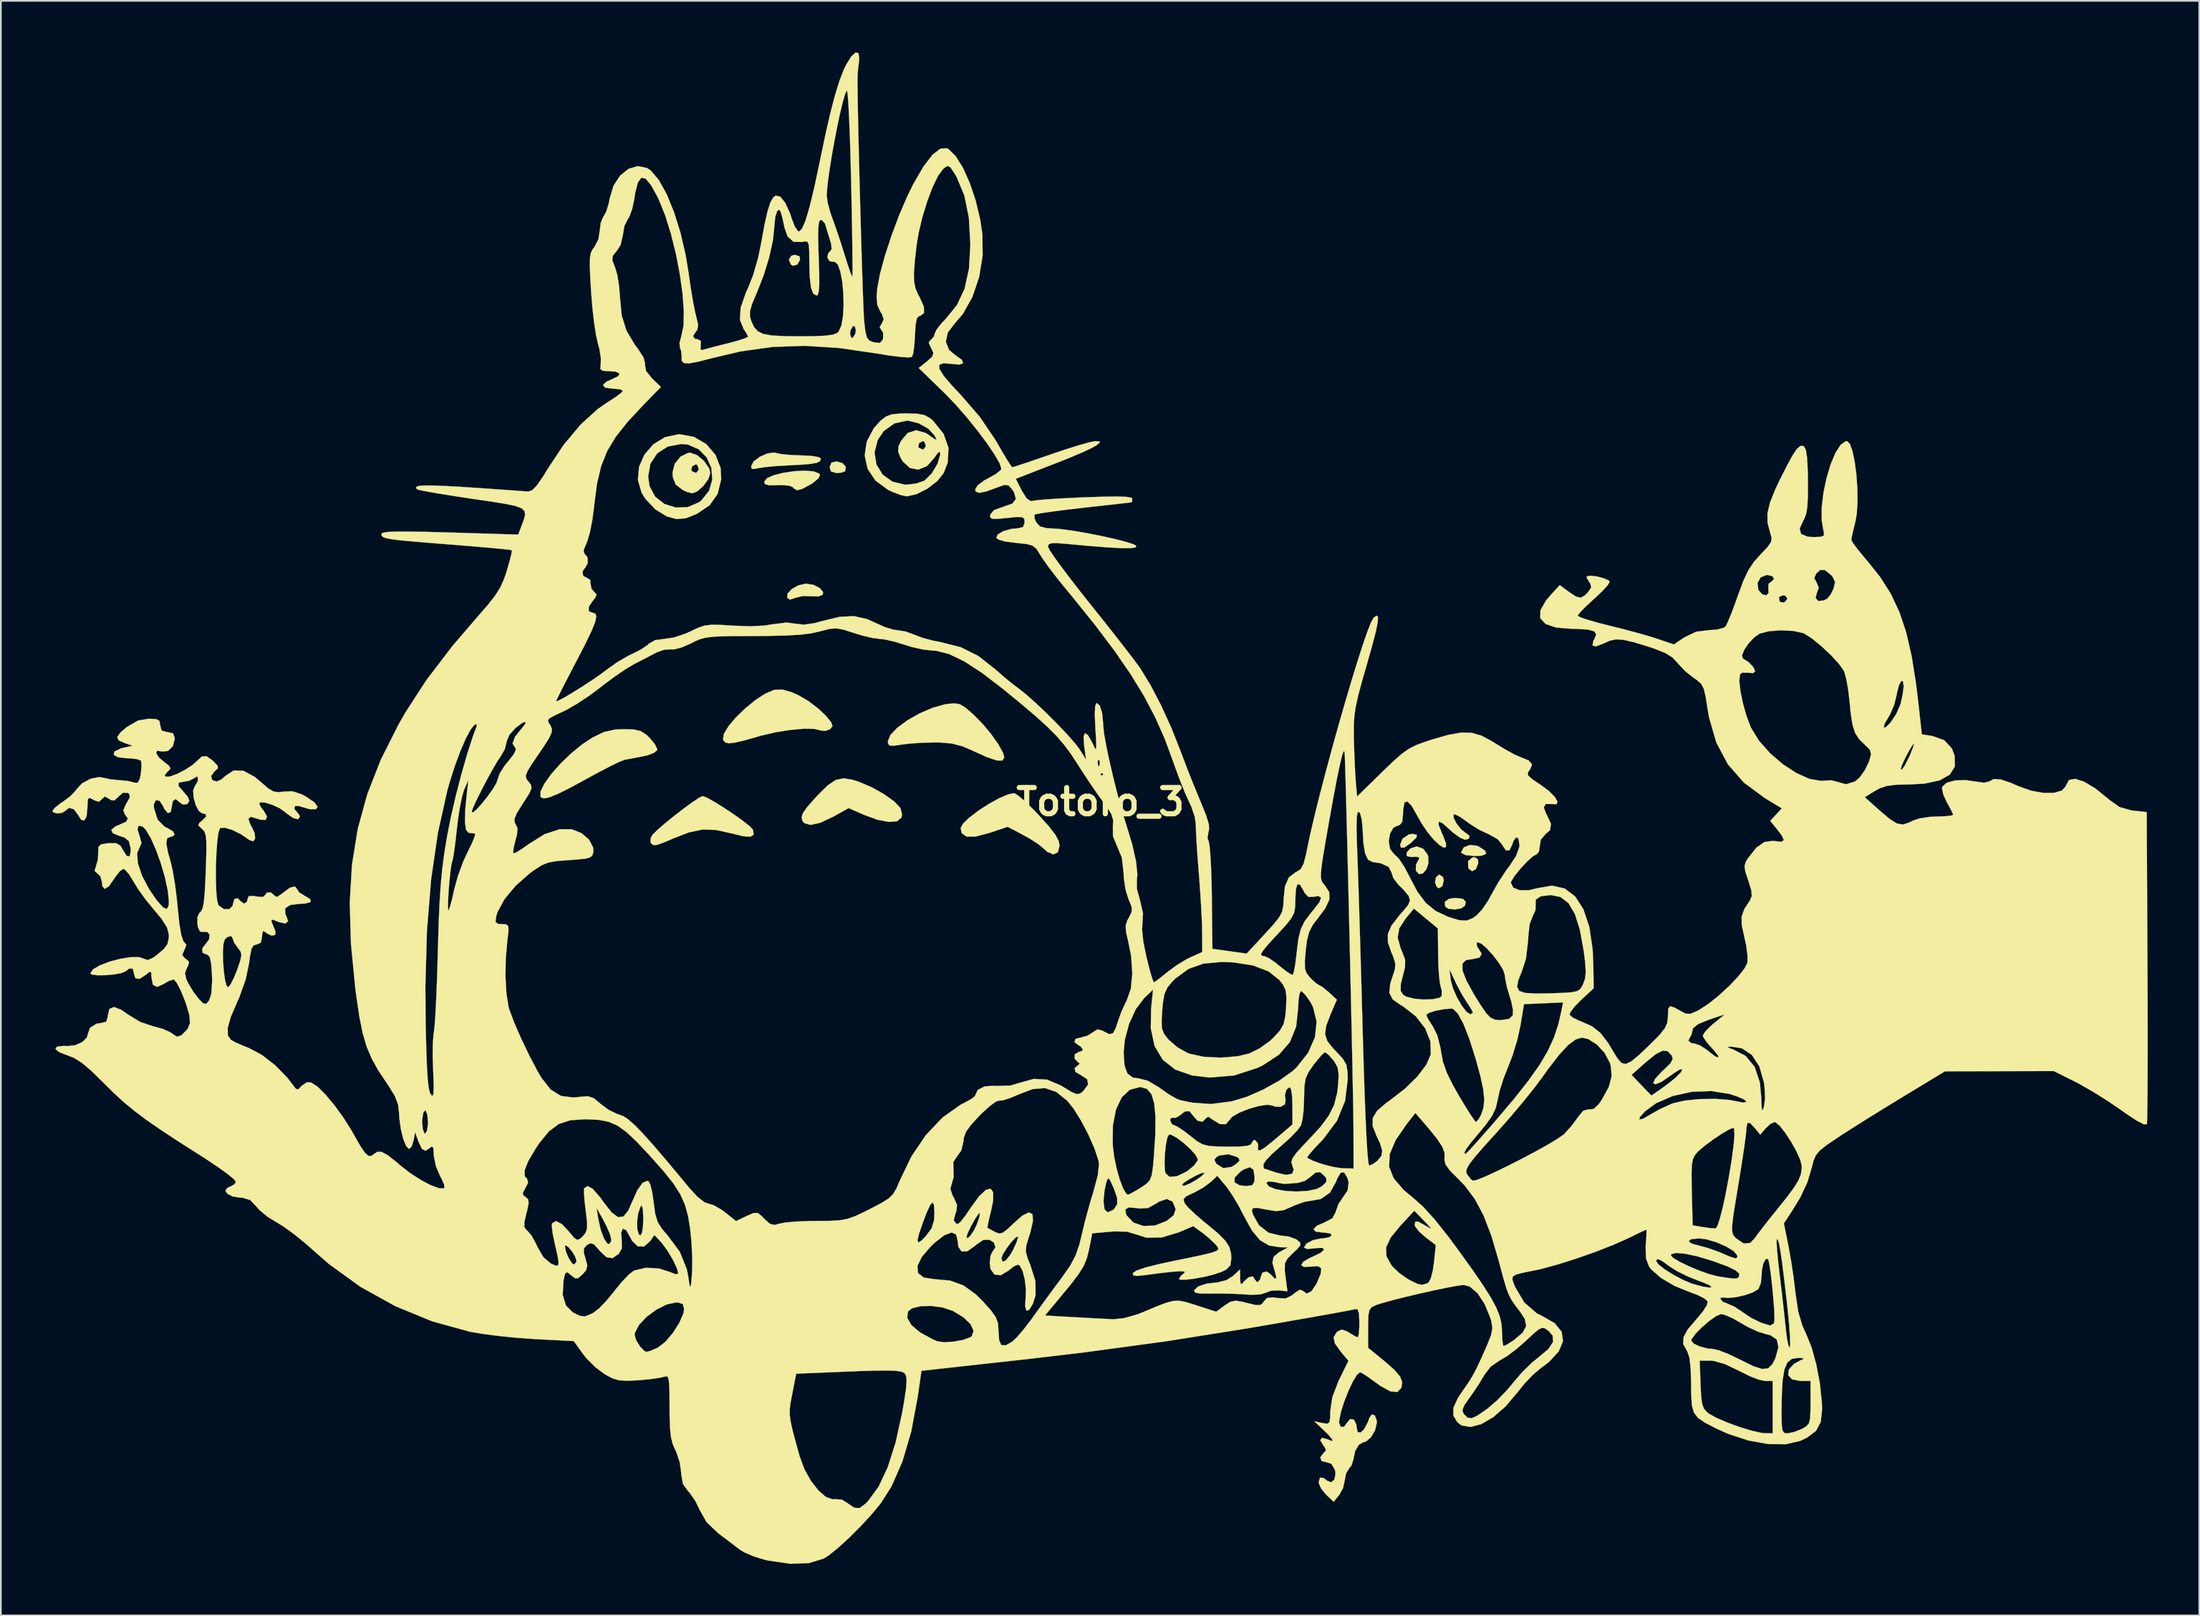
<source format=kicad_pcb>
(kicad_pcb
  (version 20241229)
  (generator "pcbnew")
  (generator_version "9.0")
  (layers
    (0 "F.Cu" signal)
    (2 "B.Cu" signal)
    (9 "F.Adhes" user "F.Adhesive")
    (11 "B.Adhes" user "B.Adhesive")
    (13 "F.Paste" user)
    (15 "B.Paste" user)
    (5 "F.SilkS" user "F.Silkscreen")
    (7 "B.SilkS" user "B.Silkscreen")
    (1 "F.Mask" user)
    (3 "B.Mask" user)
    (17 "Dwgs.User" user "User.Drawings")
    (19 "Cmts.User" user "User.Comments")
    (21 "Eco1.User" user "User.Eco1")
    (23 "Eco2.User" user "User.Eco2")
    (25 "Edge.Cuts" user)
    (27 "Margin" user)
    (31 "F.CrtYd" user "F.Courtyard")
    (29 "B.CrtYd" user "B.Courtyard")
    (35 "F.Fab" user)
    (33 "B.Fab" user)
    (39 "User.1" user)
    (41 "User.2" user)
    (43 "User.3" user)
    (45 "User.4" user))
  (footprint "Totoro_3"
    (layer "F.Cu")
    (at 60.965 43.612)
    (property "Reference" "Totoro_3" (at 0 0 0) (layer "F.SilkS") (effects (font (size 1.524 1.524) (thickness 0.3))))
    (attr through_hole)
    (fp_poly (pts (xy -17.496 -31.741) (xy -17.471 -31.552) (xy -17.632 -31.265) (xy -17.882 -31.197) (xy -18.002 -31.267) (xy -18.122 -31.557) (xy -17.971 -31.786) (xy -17.768 -31.835) (xy -17.496 -31.741)) (stroke (width 0.01) (type solid)) (fill yes) (layer "F.SilkS"))
    (fp_poly (pts (xy 18.415 1.912) (xy 18.39 2.076) (xy 18.076 2.38) (xy 17.69 2.653) (xy 17.487 2.664) (xy 17.441 2.489) (xy 17.588 2.134) (xy 17.939 1.898) (xy 18.153 1.863) (xy 18.415 1.912)) (stroke (width 0.01) (type solid)) (fill yes) (layer "F.SilkS"))
    (fp_poly (pts (xy 19.935 4.374) (xy 19.981 4.562) (xy 19.902 4.89) (xy 19.719 5.024) (xy 19.582 4.963) (xy 19.471 4.69) (xy 19.523 4.392) (xy 19.705 4.235) (xy 19.727 4.233) (xy 19.935 4.374)) (stroke (width 0.01) (type solid)) (fill yes) (layer "F.SilkS"))
    (fp_poly (pts (xy 21.974 3.349) (xy 21.983 3.585) (xy 21.846 3.914) (xy 21.629 4.03) (xy 21.431 3.888) (xy 21.406 3.832) (xy 21.393 3.459) (xy 21.632 3.239) (xy 21.781 3.217) (xy 21.974 3.349)) (stroke (width 0.01) (type solid)) (fill yes) (layer "F.SilkS"))
    (fp_poly (pts (xy -15.006 -19.715) (xy -14.808 -19.495) (xy -14.838 -19.256) (xy -14.857 -19.236) (xy -15.089 -19.156) (xy -15.353 -19.135) (xy -15.67 -19.226) (xy -15.748 -19.473) (xy -15.644 -19.743) (xy -15.343 -19.812) (xy -15.006 -19.715)) (stroke (width 0.01) (type solid)) (fill yes) (layer "F.SilkS"))
    (fp_poly (pts (xy 21.094 5.639) (xy 21.26 5.812) (xy 21.222 6.028) (xy 21.004 6.195) (xy 20.626 6.261) (xy 20.252 6.218) (xy 20.066 6.096) (xy 20.035 5.82) (xy 20.287 5.637) (xy 20.64 5.588) (xy 21.094 5.639)) (stroke (width 0.01) (type solid)) (fill yes) (layer "F.SilkS"))
    (fp_poly (pts (xy 21.901 2.548) (xy 22.011 2.593) (xy 22.392 2.842) (xy 22.445 3.026) (xy 22.176 3.131) (xy 21.765 3.149) (xy 21.251 3.095) (xy 21.009 2.971) (xy 20.997 2.927) (xy 21.139 2.649) (xy 21.481 2.509) (xy 21.901 2.548)) (stroke (width 0.01) (type solid)) (fill yes) (layer "F.SilkS"))
    (fp_poly (pts (xy -16.674 -12.624) (xy -16.313 -12.438) (xy -16.129 -12.205) (xy -16.149 -12.06) (xy -16.384 -11.955) (xy -16.81 -11.965) (xy -16.829 -11.968) (xy -17.33 -11.977) (xy -17.744 -11.873) (xy -17.746 -11.871) (xy -18.061 -11.769) (xy -18.22 -11.88) (xy -18.2 -12.121) (xy -17.951 -12.385) (xy -17.568 -12.602) (xy -17.147 -12.699) (xy -17.116 -12.7) (xy -16.674 -12.624)) (stroke (width 0.01) (type solid)) (fill yes) (layer "F.SilkS"))
    (fp_poly (pts (xy 18.781 2.725) (xy 19.045 3.077) (xy 19.075 3.17) (xy 19.089 3.576) (xy 18.965 3.929) (xy 18.763 4.163) (xy 18.541 4.209) (xy 18.358 4.001) (xy 18.354 3.991) (xy 18.364 3.645) (xy 18.459 3.469) (xy 18.57 3.267) (xy 18.42 3.192) (xy 18.076 3.208) (xy 17.82 3.149) (xy 17.827 2.941) (xy 18.026 2.716) (xy 18.402 2.588) (xy 18.781 2.725)) (stroke (width 0.01) (type solid)) (fill yes) (layer "F.SilkS"))
    (fp_poly (pts (xy -16.672 -19.231) (xy -16.356 -19.104) (xy -16.305 -19.029) (xy -16.397 -18.833) (xy -16.704 -18.572) (xy -16.851 -18.478) (xy -17.341 -18.213) (xy -17.637 -18.134) (xy -17.819 -18.226) (xy -17.873 -18.302) (xy -18.1 -18.402) (xy -18.543 -18.437) (xy -18.772 -18.429) (xy -19.275 -18.42) (xy -19.513 -18.497) (xy -19.558 -18.619) (xy -19.404 -18.828) (xy -19 -19.01) (xy -18.436 -19.152) (xy -17.801 -19.243) (xy -17.183 -19.273) (xy -16.672 -19.231)) (stroke (width 0.01) (type solid)) (fill yes) (layer "F.SilkS"))
    (fp_poly (pts (xy -18.875 -20.305) (xy -18.538 -20.236) (xy -17.987 -20.184) (xy -17.399 -20.163) (xy -16.792 -20.132) (xy -16.388 -20.063) (xy -16.256 -19.976) (xy -16.301 -19.838) (xy -16.473 -19.74) (xy -16.824 -19.671) (xy -17.411 -19.62) (xy -18.203 -19.579) (xy -18.92 -19.537) (xy -19.53 -19.479) (xy -19.937 -19.416) (xy -20.024 -19.391) (xy -20.269 -19.371) (xy -20.32 -19.523) (xy -20.174 -19.804) (xy -19.819 -20.076) (xy -19.378 -20.273) (xy -18.976 -20.329) (xy -18.875 -20.305)) (stroke (width 0.01) (type solid)) (fill yes) (layer "F.SilkS"))
    (fp_poly (pts (xy -14.398 -1.282) (xy -14.049 -1.17) (xy -13.302 -0.853) (xy -12.586 -0.453) (xy -11.998 -0.031) (xy -11.635 0.351) (xy -11.631 0.358) (xy -11.537 0.728) (xy -11.567 0.908) (xy -11.82 1.125) (xy -12.308 1.166) (xy -12.982 1.035) (xy -13.716 0.767) (xy -14.647 0.362) (xy -15.534 0.858) (xy -16.291 1.215) (xy -16.867 1.34) (xy -17.237 1.232) (xy -17.341 1.079) (xy -17.377 0.877) (xy -17.299 0.645) (xy -17.07 0.321) (xy -16.653 -0.157) (xy -16.434 -0.395) (xy -15.868 -0.959) (xy -15.401 -1.275) (xy -14.942 -1.373) (xy -14.398 -1.282)) (stroke (width 0.01) (type solid)) (fill yes) (layer "F.SilkS"))
    (fp_poly (pts (xy -23.465 -20.181) (xy -23.058 -19.843) (xy -22.766 -19.423) (xy -22.691 -19.135) (xy -22.809 -18.779) (xy -23.095 -18.386) (xy -23.445 -18.072) (xy -23.741 -17.954) (xy -24.058 -18.038) (xy -24.299 -18.152) (xy -24.706 -18.469) (xy -24.872 -18.888) (xy -24.889 -19.177) (xy -24.853 -19.313) (xy -23.801 -19.313) (xy -23.759 -19.243) (xy -23.513 -19.14) (xy -23.373 -19.321) (xy -23.368 -19.389) (xy -23.454 -19.614) (xy -23.527 -19.643) (xy -23.748 -19.531) (xy -23.801 -19.313) (xy -24.853 -19.313) (xy -24.757 -19.677) (xy -24.422 -20.092) (xy -23.983 -20.31) (xy -23.868 -20.32) (xy -23.465 -20.181)) (stroke (width 0.01) (type solid)) (fill yes) (layer "F.SilkS"))
    (fp_poly (pts (xy -4.807 -0.39) (xy -4.43 -0.073) (xy -3.947 0.391) (xy -3.573 0.779) (xy -2.982 1.437) (xy -2.609 1.923) (xy -2.418 2.291) (xy -2.371 2.557) (xy -2.474 2.937) (xy -2.739 3.055) (xy -3.101 2.899) (xy -3.29 2.723) (xy -3.6 2.466) (xy -4.092 2.147) (xy -4.489 1.924) (xy -5.393 1.45) (xy -6.464 1.808) (xy -7.25 2.015) (xy -7.777 2.021) (xy -8.063 1.822) (xy -8.128 1.526) (xy -7.987 1.262) (xy -7.615 0.905) (xy -7.09 0.507) (xy -6.486 0.116) (xy -5.882 -0.216) (xy -5.353 -0.44) (xy -5.019 -0.508) (xy -4.807 -0.39)) (stroke (width 0.01) (type solid)) (fill yes) (layer "F.SilkS"))
    (fp_poly (pts (xy -22.888 -0.246) (xy -22.45 -0.002) (xy -21.903 0.339) (xy -21.325 0.724) (xy -20.798 1.1) (xy -20.4 1.414) (xy -20.211 1.613) (xy -20.208 1.618) (xy -20.169 1.9) (xy -20.349 2.025) (xy -20.779 1.998) (xy -21.46 1.833) (xy -22.361 1.632) (xy -23.142 1.609) (xy -23.934 1.773) (xy -24.828 2.119) (xy -25.429 2.376) (xy -25.797 2.503) (xy -26.007 2.512) (xy -26.131 2.416) (xy -26.167 2.363) (xy -26.161 2.106) (xy -26.05 1.911) (xy -25.778 1.638) (xy -25.34 1.258) (xy -24.807 0.825) (xy -24.248 0.394) (xy -23.736 0.02) (xy -23.341 -0.243) (xy -23.137 -0.339) (xy -22.888 -0.246)) (stroke (width 0.01) (type solid)) (fill yes) (layer "F.SilkS"))
    (fp_poly (pts (xy -17.963 -6.385) (xy -17.529 -6.189) (xy -16.983 -5.866) (xy -16.44 -5.454) (xy -15.975 -5.022) (xy -15.665 -4.639) (xy -15.579 -4.415) (xy -15.717 -4.234) (xy -16.011 -4.127) (xy -16.269 -4.157) (xy -16.638 -4.248) (xy -17.249 -4.257) (xy -18.02 -4.19) (xy -18.866 -4.057) (xy -19.704 -3.863) (xy -19.857 -3.82) (xy -20.689 -3.584) (xy -21.257 -3.449) (xy -21.615 -3.408) (xy -21.821 -3.457) (xy -21.931 -3.59) (xy -21.949 -3.632) (xy -21.907 -3.951) (xy -21.64 -4.396) (xy -21.208 -4.91) (xy -20.668 -5.436) (xy -20.081 -5.916) (xy -19.507 -6.293) (xy -19.003 -6.51) (xy -18.959 -6.521) (xy -18.508 -6.539) (xy -17.963 -6.385)) (stroke (width 0.01) (type solid)) (fill yes) (layer "F.SilkS"))
    (fp_poly (pts (xy -8.168 -5.68) (xy -7.846 -5.484) (xy -7.404 -5.101) (xy -7.357 -5.058) (xy -6.838 -4.529) (xy -6.345 -3.935) (xy -5.936 -3.356) (xy -5.666 -2.869) (xy -5.588 -2.592) (xy -5.696 -2.407) (xy -6.032 -2.412) (xy -6.612 -2.608) (xy -7.281 -2.913) (xy -8.001 -3.228) (xy -8.625 -3.395) (xy -9.335 -3.457) (xy -9.567 -3.461) (xy -10.318 -3.445) (xy -11.066 -3.395) (xy -11.557 -3.334) (xy -12.041 -3.265) (xy -12.279 -3.287) (xy -12.356 -3.422) (xy -12.361 -3.531) (xy -12.211 -3.898) (xy -11.807 -4.319) (xy -11.218 -4.752) (xy -10.515 -5.151) (xy -9.768 -5.473) (xy -9.047 -5.674) (xy -8.907 -5.697) (xy -8.485 -5.735) (xy -8.168 -5.68)) (stroke (width 0.01) (type solid)) (fill yes) (layer "F.SilkS"))
    (fp_poly (pts (xy -27.119 -4.211) (xy -26.727 -4.115) (xy -26.405 -3.9) (xy -26.22 -3.725) (xy -25.92 -3.364) (xy -25.779 -3.072) (xy -25.781 -3.005) (xy -25.976 -2.849) (xy -26.387 -2.702) (xy -26.599 -2.654) (xy -27.14 -2.552) (xy -27.588 -2.467) (xy -27.686 -2.448) (xy -27.96 -2.342) (xy -28.458 -2.103) (xy -29.109 -1.766) (xy -29.843 -1.367) (xy -29.854 -1.361) (xy -30.83 -0.829) (xy -31.555 -0.468) (xy -32.061 -0.263) (xy -32.383 -0.202) (xy -32.553 -0.271) (xy -32.566 -0.289) (xy -32.57 -0.595) (xy -32.35 -1.052) (xy -31.952 -1.609) (xy -31.421 -2.211) (xy -30.805 -2.808) (xy -30.149 -3.345) (xy -29.549 -3.743) (xy -28.877 -4.067) (xy -28.228 -4.21) (xy -27.715 -4.232) (xy -27.119 -4.211)) (stroke (width 0.01) (type solid)) (fill yes) (layer "F.SilkS"))
    (fp_poly (pts (xy -23.637 -21.238) (xy -22.925 -20.818) (xy -22.39 -20.193) (xy -22.09 -19.427) (xy -22.056 -18.779) (xy -22.265 -17.92) (xy -22.733 -17.26) (xy -23.464 -16.766) (xy -24.112 -16.505) (xy -24.649 -16.457) (xy -25.218 -16.611) (xy -25.231 -16.616) (xy -25.886 -17.02) (xy -26.463 -17.628) (xy -26.686 -17.983) (xy -26.905 -18.735) (xy -26.886 -18.937) (xy -26.307 -18.937) (xy -26.223 -18.364) (xy -25.898 -17.758) (xy -25.362 -17.338) (xy -24.7 -17.13) (xy -24 -17.155) (xy -23.345 -17.438) (xy -23.217 -17.536) (xy -22.762 -18.106) (xy -22.574 -18.762) (xy -22.629 -19.431) (xy -22.901 -20.04) (xy -23.365 -20.517) (xy -23.996 -20.79) (xy -24.365 -20.827) (xy -25.162 -20.681) (xy -25.779 -20.281) (xy -26.175 -19.681) (xy -26.307 -18.937) (xy -26.886 -18.937) (xy -26.836 -19.499) (xy -26.522 -20.212) (xy -26.005 -20.809) (xy -25.328 -21.223) (xy -24.532 -21.392) (xy -24.469 -21.392) (xy -23.637 -21.238)) (stroke (width 0.01) (type solid)) (fill yes) (layer "F.SilkS"))
    (fp_poly (pts (xy -10.624 -22.585) (xy -10.206 -22.499) (xy -9.887 -22.315) (xy -9.734 -22.183) (xy -9.122 -21.423) (xy -8.834 -20.604) (xy -8.877 -19.752) (xy -9.114 -19.132) (xy -9.494 -18.661) (xy -10.064 -18.225) (xy -10.697 -17.904) (xy -11.261 -17.78) (xy -11.617 -17.855) (xy -12.115 -18.046) (xy -12.355 -18.161) (xy -13.085 -18.698) (xy -13.539 -19.381) (xy -13.709 -20.155) (xy -13.684 -20.33) (xy -13.137 -20.33) (xy -13.028 -19.636) (xy -12.667 -19.048) (xy -12.097 -18.633) (xy -11.36 -18.459) (xy -11.276 -18.457) (xy -10.729 -18.521) (xy -10.267 -18.679) (xy -10.197 -18.722) (xy -9.799 -19.127) (xy -9.476 -19.669) (xy -9.318 -20.191) (xy -9.314 -20.269) (xy -9.366 -20.388) (xy -9.53 -20.211) (xy -9.641 -20.039) (xy -10.086 -19.539) (xy -10.588 -19.336) (xy -11.084 -19.432) (xy -11.508 -19.827) (xy -11.606 -19.993) (xy -11.765 -20.379) (xy -11.74 -20.668) (xy -10.593 -20.668) (xy -10.551 -20.598) (xy -10.305 -20.495) (xy -10.165 -20.676) (xy -10.16 -20.743) (xy -10.246 -20.969) (xy -10.319 -20.997) (xy -10.54 -20.885) (xy -10.593 -20.668) (xy -11.74 -20.668) (xy -11.738 -20.695) (xy -11.601 -20.995) (xy -11.21 -21.468) (xy -10.713 -21.627) (xy -10.15 -21.464) (xy -9.963 -21.342) (xy -9.637 -21.108) (xy -9.533 -21.074) (xy -9.599 -21.236) (xy -9.643 -21.319) (xy -10.009 -21.717) (xy -10.567 -22.03) (xy -11.168 -22.179) (xy -11.261 -22.183) (xy -11.984 -22.023) (xy -12.597 -21.583) (xy -12.951 -21.065) (xy -13.137 -20.33) (xy -13.684 -20.33) (xy -13.592 -20.963) (xy -13.179 -21.747) (xy -12.787 -22.183) (xy -12.474 -22.425) (xy -12.118 -22.553) (xy -11.601 -22.602) (xy -11.261 -22.606) (xy -10.624 -22.585)) (stroke (width 0.01) (type solid)) (fill yes) (layer "F.SilkS"))
    (fp_poly (pts (xy -14.071 -43.571) (xy -14.023 -43.255) (xy -14.041 -43.081) (xy -14.099 -42.593) (xy -14.125 -42.249) (xy -14.128 -41.883) (xy -14.122 -41.228) (xy -14.107 -40.33) (xy -14.084 -39.237) (xy -14.056 -37.997) (xy -14.023 -36.656) (xy -13.986 -35.262) (xy -13.947 -33.863) (xy -13.908 -32.506) (xy -13.869 -31.239) (xy -13.832 -30.108) (xy -13.798 -29.162) (xy -13.768 -28.447) (xy -13.744 -28.012) (xy -13.738 -27.952) (xy -13.668 -27.356) (xy -13.577 -27.013) (xy -13.426 -26.837) (xy -13.181 -26.743) (xy -12.835 -26.702) (xy -12.671 -26.869) (xy -12.637 -26.979) (xy -12.64 -27.312) (xy -12.738 -27.455) (xy -12.839 -27.628) (xy -12.72 -27.831) (xy -12.604 -28.076) (xy -12.704 -28.377) (xy -12.796 -28.526) (xy -12.971 -28.907) (xy -13.016 -29.388) (xy -12.977 -29.878) (xy -12.818 -30.727) (xy -12.532 -31.781) (xy -12.151 -32.947) (xy -11.707 -34.131) (xy -11.232 -35.239) (xy -10.874 -35.967) (xy -10.284 -36.979) (xy -9.762 -37.66) (xy -9.306 -38.011) (xy -8.917 -38.033) (xy -8.842 -37.995) (xy -8.414 -37.576) (xy -7.988 -36.888) (xy -7.59 -35.998) (xy -7.248 -34.973) (xy -6.989 -33.883) (xy -6.861 -33.02) (xy -6.849 -31.781) (xy -7.052 -30.539) (xy -7.443 -29.382) (xy -7.995 -28.397) (xy -8.451 -27.866) (xy -8.874 -27.312) (xy -8.99 -26.775) (xy -8.8 -26.3) (xy -8.467 -26.02) (xy -8.062 -25.726) (xy -7.977 -25.528) (xy -8.205 -25.447) (xy -8.636 -25.485) (xy -9.12 -25.527) (xy -9.365 -25.437) (xy -9.364 -25.199) (xy -9.114 -24.793) (xy -8.609 -24.202) (xy -8.164 -23.734) (xy -7.01 -22.402) (xy -6.086 -21.035) (xy -6.018 -20.916) (xy -5.665 -20.302) (xy -5.371 -19.819) (xy -5.175 -19.528) (xy -5.12 -19.473) (xy -4.937 -19.526) (xy -4.495 -19.671) (xy -3.855 -19.886) (xy -3.078 -20.153) (xy -2.842 -20.235) (xy -2.008 -20.516) (xy -1.263 -20.749) (xy -0.678 -20.914) (xy -0.325 -20.989) (xy -0.284 -20.992) (xy -0.028 -20.973) (xy -0.064 -20.879) (xy -0.244 -20.738) (xy -0.531 -20.577) (xy -1.056 -20.334) (xy -1.739 -20.044) (xy -2.361 -19.795) (xy -3.119 -19.501) (xy -3.793 -19.239) (xy -4.301 -19.042) (xy -4.534 -18.951) (xy -4.92 -18.801) (xy -4.566 -18.107) (xy -4.283 -17.653) (xy -4.04 -17.499) (xy -3.95 -17.514) (xy -3.699 -17.554) (xy -3.172 -17.601) (xy -2.433 -17.65) (xy -1.545 -17.696) (xy -0.913 -17.724) (xy 0.191 -17.76) (xy 0.988 -17.77) (xy 1.511 -17.751) (xy 1.792 -17.703) (xy 1.863 -17.637) (xy 1.833 -17.445) (xy 1.82 -17.432) (xy 1.647 -17.411) (xy 1.193 -17.359) (xy 0.517 -17.283) (xy -0.326 -17.189) (xy -0.979 -17.116) (xy -1.909 -17.008) (xy -2.716 -16.905) (xy -3.343 -16.815) (xy -3.731 -16.747) (xy -3.829 -16.716) (xy -3.832 -16.515) (xy -3.733 -16.271) (xy -3.508 -16.027) (xy -3.112 -15.925) (xy -2.83 -15.913) (xy -2.317 -15.877) (xy -1.622 -15.783) (xy -0.823 -15.648) (xy 0.006 -15.486) (xy 0.788 -15.313) (xy 1.447 -15.146) (xy 1.908 -14.998) (xy 2.082 -14.906) (xy 2.07 -14.814) (xy 1.808 -14.767) (xy 1.28 -14.764) (xy 0.468 -14.806) (xy -0.646 -14.893) (xy -1.905 -15.009) (xy -2.518 -15.058) (xy -2.866 -15.048) (xy -3.019 -14.971) (xy -3.048 -14.85) (xy -2.946 -14.646) (xy -2.659 -14.22) (xy -2.219 -13.614) (xy -1.655 -12.87) (xy -0.997 -12.027) (xy -0.63 -11.566) (xy 0.102 -10.649) (xy 0.793 -9.775) (xy 1.404 -8.992) (xy 1.896 -8.351) (xy 2.23 -7.904) (xy 2.311 -7.789) (xy 2.913 -6.809) (xy 3.542 -5.602) (xy 4.148 -4.269) (xy 4.662 -2.969) (xy 5.003 -2.066) (xy 5.399 -1.062) (xy 5.775 -0.151) (xy 5.84 0) (xy 6.153 0.776) (xy 6.312 1.301) (xy 6.329 1.621) (xy 6.296 1.704) (xy 6.232 2.101) (xy 6.294 2.258) (xy 6.348 2.515) (xy 6.398 3.05) (xy 6.441 3.802) (xy 6.472 4.71) (xy 6.487 5.548) (xy 6.519 8.549) (xy 7.515 8.688) (xy 8.51 8.827) (xy 9.581 7.673) (xy 10.089 7.114) (xy 10.405 6.713) (xy 10.575 6.389) (xy 10.645 6.057) (xy 10.66 5.704) (xy 10.738 4.916) (xy 10.967 4.393) (xy 11.369 4.088) (xy 11.416 4.069) (xy 11.651 3.916) (xy 11.819 3.615) (xy 11.961 3.084) (xy 12.008 2.85) (xy 12.194 1.956) (xy 12.444 0.881) (xy 12.745 -0.332) (xy 13.085 -1.641) (xy 13.452 -3.003) (xy 13.833 -4.376) (xy 14.217 -5.716) (xy 14.592 -6.983) (xy 14.945 -8.133) (xy 15.264 -9.123) (xy 15.536 -9.911) (xy 15.751 -10.456) (xy 15.893 -10.711) (xy 16.068 -10.839) (xy 16.152 -10.768) (xy 16.141 -10.474) (xy 16.033 -9.933) (xy 15.823 -9.119) (xy 15.509 -8.01) (xy 15.501 -7.982) (xy 15.204 -6.949) (xy 14.994 -6.159) (xy 14.857 -5.535) (xy 14.779 -4.997) (xy 14.746 -4.466) (xy 14.746 -3.862) (xy 14.751 -3.611) (xy 14.777 -2.782) (xy 14.811 -1.98) (xy 14.848 -1.332) (xy 14.864 -1.13) (xy 14.937 -0.313) (xy 16.401 -1.745) (xy 17.044 -2.363) (xy 17.533 -2.794) (xy 17.953 -3.092) (xy 18.388 -3.311) (xy 18.921 -3.507) (xy 19.27 -3.62) (xy 20.241 -3.9) (xy 20.99 -4.035) (xy 21.607 -4.021) (xy 22.179 -3.852) (xy 22.794 -3.523) (xy 22.98 -3.406) (xy 23.55 -3.056) (xy 24.062 -2.774) (xy 24.403 -2.623) (xy 24.92 -2.411) (xy 25.116 -2.178) (xy 25.01 -1.901) (xy 24.977 -1.863) (xy 24.859 -1.69) (xy 24.895 -1.529) (xy 25.132 -1.317) (xy 25.606 -0.999) (xy 26.098 -0.634) (xy 26.437 -0.291) (xy 26.595 -0.019) (xy 26.545 0.135) (xy 26.264 0.125) (xy 25.909 0.121) (xy 25.799 0.331) (xy 25.949 0.718) (xy 25.978 0.763) (xy 26.218 1.275) (xy 26.161 1.648) (xy 25.908 1.863) (xy 25.625 2.197) (xy 25.569 2.546) (xy 25.514 2.9) (xy 25.381 3.048) (xy 25.381 3.048) (xy 25.161 3.17) (xy 24.823 3.476) (xy 24.448 3.877) (xy 24.118 4.283) (xy 23.913 4.604) (xy 23.883 4.703) (xy 24.018 4.987) (xy 24.393 5.138) (xy 24.933 5.139) (xy 25.44 5.019) (xy 26.283 4.874) (xy 27.015 5.04) (xy 27.626 5.503) (xy 28.107 6.251) (xy 28.447 7.272) (xy 28.639 8.553) (xy 28.677 9.36) (xy 28.702 10.847) (xy 27.97 11.524) (xy 27.587 11.916) (xy 27.346 12.235) (xy 27.298 12.384) (xy 27.484 12.551) (xy 27.872 12.739) (xy 27.999 12.786) (xy 28.606 13.057) (xy 29.092 13.443) (xy 29.541 14.024) (xy 29.838 14.518) (xy 30.099 14.95) (xy 30.326 15.197) (xy 30.573 15.249) (xy 30.895 15.095) (xy 31.344 14.723) (xy 31.974 14.124) (xy 32.031 14.068) (xy 32.199 13.898) (xy 34.21 13.898) (xy 34.394 14.042) (xy 34.535 14.055) (xy 34.876 14.162) (xy 35.283 14.425) (xy 35.339 14.473) (xy 35.748 14.794) (xy 35.956 14.884) (xy 35.938 14.756) (xy 35.669 14.423) (xy 35.593 14.343) (xy 35.523 14.263) (xy 36.487 14.263) (xy 36.577 14.325) (xy 36.806 14.398) (xy 37.546 14.781) (xy 38.067 15.422) (xy 38.369 16.32) (xy 38.453 17.224) (xy 38.468 17.739) (xy 38.501 17.947) (xy 38.56 17.88) (xy 38.611 17.724) (xy 38.668 17.274) (xy 38.648 16.665) (xy 38.606 16.329) (xy 38.344 15.404) (xy 37.911 14.732) (xy 37.328 14.338) (xy 36.695 14.239) (xy 36.487 14.263) (xy 35.523 14.263) (xy 35.268 13.969) (xy 35.075 13.675) (xy 35.052 13.597) (xy 35.173 13.388) (xy 35.481 13.068) (xy 35.687 12.889) (xy 36.322 12.369) (xy 35.391 12.678) (xy 34.786 12.926) (xy 34.486 13.163) (xy 34.457 13.255) (xy 34.384 13.568) (xy 34.33 13.648) (xy 34.21 13.898) (xy 32.199 13.898) (xy 32.537 13.556) (xy 32.836 13.181) (xy 32.98 12.862) (xy 33.02 12.517) (xy 33.02 12.48) (xy 33.038 12.045) (xy 33.143 11.887) (xy 33.409 11.971) (xy 33.715 12.145) (xy 34.051 12.318) (xy 34.315 12.336) (xy 34.664 12.193) (xy 34.836 12.103) (xy 35.373 11.756) (xy 35.974 11.275) (xy 36.57 10.727) (xy 37.093 10.179) (xy 37.475 9.696) (xy 37.646 9.355) (xy 37.652 8.944) (xy 37.575 8.353) (xy 37.463 7.843) (xy 37.315 7.169) (xy 37.308 6.677) (xy 37.465 6.236) (xy 37.796 5.723) (xy 37.899 5.479) (xy 37.871 5.139) (xy 37.703 4.599) (xy 37.695 4.578) (xy 37.524 4.062) (xy 37.477 3.739) (xy 37.55 3.487) (xy 37.658 3.307) (xy 38.156 2.669) (xy 38.636 2.333) (xy 39.144 2.268) (xy 39.243 2.283) (xy 39.635 2.323) (xy 39.765 2.223) (xy 39.639 1.948) (xy 39.383 1.609) (xy 38.973 1.101) (xy 39.31 0.739) (xy 39.647 0.377) (xy 38.639 -0.235) (xy 37.436 -1.128) (xy 36.508 -2.189) (xy 35.839 -3.445) (xy 35.41 -4.924) (xy 35.318 -5.472) (xy 35.211 -6.156) (xy 35.103 -6.592) (xy 34.954 -6.87) (xy 34.78 -7.028) (xy 37.173 -7.028) (xy 37.24 -6.437) (xy 37.386 -5.732) (xy 37.588 -5.012) (xy 37.826 -4.378) (xy 37.861 -4.301) (xy 38.325 -3.552) (xy 38.964 -2.832) (xy 39.712 -2.19) (xy 40.5 -1.676) (xy 41.261 -1.337) (xy 41.928 -1.224) (xy 42.08 -1.237) (xy 42.531 -1.254) (xy 42.856 -1.173) (xy 43.375 -1.025) (xy 43.901 -1.187) (xy 44.163 -1.404) (xy 44.48 -1.848) (xy 44.517 -1.926) (xy 46.567 -1.926) (xy 46.625 -1.868) (xy 46.785 -2.089) (xy 47.021 -2.551) (xy 47.093 -2.707) (xy 47.261 -3.115) (xy 47.332 -3.358) (xy 47.324 -3.387) (xy 47.212 -3.251) (xy 47.02 -2.923) (xy 46.809 -2.515) (xy 46.638 -2.145) (xy 46.567 -1.927) (xy 46.567 -1.926) (xy 44.517 -1.926) (xy 44.727 -2.364) (xy 44.837 -2.771) (xy 44.767 -3.035) (xy 44.496 -3.306) (xy 44.149 -3.644) (xy 43.914 -4.006) (xy 43.808 -4.331) (xy 45.569 -4.331) (xy 45.681 -4.335) (xy 45.963 -4.605) (xy 45.971 -4.615) (xy 46.302 -5.11) (xy 46.547 -5.679) (xy 46.558 -5.715) (xy 46.676 -6.241) (xy 46.734 -6.695) (xy 46.735 -6.741) (xy 46.695 -7.029) (xy 46.595 -7.036) (xy 46.47 -6.807) (xy 46.356 -6.386) (xy 46.328 -6.222) (xy 46.176 -5.627) (xy 45.939 -5.079) (xy 45.886 -4.993) (xy 45.635 -4.56) (xy 45.569 -4.331) (xy 43.808 -4.331) (xy 43.761 -4.477) (xy 43.656 -5.143) (xy 43.596 -5.76) (xy 43.514 -6.48) (xy 43.405 -7.115) (xy 43.288 -7.554) (xy 43.257 -7.625) (xy 42.973 -8.029) (xy 42.51 -8.533) (xy 41.96 -9.05) (xy 41.417 -9.497) (xy 40.972 -9.786) (xy 40.888 -9.824) (xy 40.312 -9.949) (xy 39.593 -9.984) (xy 38.887 -9.93) (xy 38.358 -9.792) (xy 38.028 -9.561) (xy 37.708 -9.214) (xy 37.455 -8.838) (xy 37.327 -8.517) (xy 37.38 -8.34) (xy 37.393 -8.336) (xy 37.714 -8.137) (xy 37.994 -7.836) (xy 38.1 -7.59) (xy 37.962 -7.49) (xy 37.694 -7.516) (xy 37.331 -7.52) (xy 37.206 -7.402) (xy 37.173 -7.028) (xy 34.78 -7.028) (xy 34.724 -7.079) (xy 34.538 -7.204) (xy 34.042 -7.594) (xy 33.609 -8.049) (xy 33.571 -8.1) (xy 33.279 -8.409) (xy 32.858 -8.667) (xy 32.226 -8.92) (xy 31.826 -9.052) (xy 31.014 -9.297) (xy 30.436 -9.43) (xy 30.009 -9.458) (xy 29.648 -9.385) (xy 29.271 -9.216) (xy 29.271 -9.216) (xy 28.838 -9.05) (xy 28.633 -9.102) (xy 28.679 -9.362) (xy 28.747 -9.483) (xy 28.85 -9.75) (xy 28.736 -9.926) (xy 28.369 -10.026) (xy 27.714 -10.067) (xy 27.432 -10.071) (xy 26.517 -10.145) (xy 25.904 -10.353) (xy 25.597 -10.688) (xy 25.602 -11.145) (xy 25.923 -11.715) (xy 26.149 -11.982) (xy 26.728 -12.614) (xy 27.242 -12.234) (xy 27.67 -11.948) (xy 27.955 -11.881) (xy 28.206 -12.029) (xy 28.36 -12.189) (xy 28.558 -12.478) (xy 28.504 -12.711) (xy 28.447 -12.786) (xy 28.302 -13.03) (xy 28.306 -13.122) (xy 28.528 -13.164) (xy 28.907 -13.115) (xy 29.305 -13.008) (xy 29.582 -12.877) (xy 29.633 -12.803) (xy 29.514 -12.605) (xy 29.2 -12.261) (xy 28.756 -11.84) (xy 28.702 -11.791) (xy 28.249 -11.375) (xy 27.918 -11.037) (xy 27.773 -10.844) (xy 27.771 -10.834) (xy 27.925 -10.743) (xy 28.343 -10.598) (xy 28.96 -10.422) (xy 29.616 -10.256) (xy 30.484 -10.039) (xy 31.341 -9.809) (xy 32.067 -9.598) (xy 32.414 -9.487) (xy 33.367 -9.16) (xy 33.979 -9.575) (xy 34.669 -9.904) (xy 35.394 -9.991) (xy 35.906 -10.033) (xy 36.28 -10.139) (xy 36.37 -10.202) (xy 36.496 -10.446) (xy 36.697 -10.931) (xy 36.94 -11.576) (xy 37.061 -11.919) (xy 39.475 -11.919) (xy 39.517 -11.685) (xy 39.563 -11.632) (xy 39.774 -11.598) (xy 39.945 -11.77) (xy 39.963 -11.863) (xy 39.825 -12.005) (xy 39.709 -12.023) (xy 39.475 -11.919) (xy 37.061 -11.919) (xy 37.098 -12.023) (xy 37.361 -12.733) (xy 38.23 -12.733) (xy 38.284 -12.333) (xy 38.29 -12.323) (xy 38.52 -12.071) (xy 38.754 -12.024) (xy 38.883 -12.174) (xy 38.862 -12.362) (xy 38.872 -12.691) (xy 39.019 -12.803) (xy 39.199 -12.963) (xy 39.164 -13.026) (xy 41.532 -13.026) (xy 41.667 -12.771) (xy 41.801 -12.463) (xy 41.698 -12.197) (xy 41.606 -11.869) (xy 41.76 -11.693) (xy 42.085 -11.719) (xy 42.28 -11.817) (xy 42.484 -12.06) (xy 42.658 -12.41) (xy 42.745 -12.801) (xy 42.602 -13.101) (xy 42.5 -13.211) (xy 42.148 -13.494) (xy 41.882 -13.498) (xy 41.656 -13.293) (xy 41.532 -13.026) (xy 39.164 -13.026) (xy 39.107 -13.128) (xy 38.795 -13.208) (xy 38.776 -13.208) (xy 38.417 -13.068) (xy 38.23 -12.733) (xy 37.361 -12.733) (xy 37.413 -12.872) (xy 37.707 -13.492) (xy 38.036 -13.982) (xy 38.403 -14.392) (xy 38.81 -14.82) (xy 39.013 -15.109) (xy 39.054 -15.354) (xy 38.975 -15.649) (xy 38.966 -15.674) (xy 38.818 -16.232) (xy 38.81 -16.783) (xy 38.955 -17.41) (xy 39.269 -18.192) (xy 39.522 -18.724) (xy 39.957 -19.59) (xy 40.284 -20.184) (xy 40.528 -20.545) (xy 40.717 -20.709) (xy 40.88 -20.716) (xy 40.939 -20.686) (xy 41.046 -20.481) (xy 41.119 -20.006) (xy 41.158 -19.235) (xy 41.168 -18.678) (xy 41.164 -17.788) (xy 41.13 -17.165) (xy 41.058 -16.739) (xy 40.939 -16.438) (xy 40.893 -16.362) (xy 40.683 -15.895) (xy 40.772 -15.586) (xy 41.162 -15.43) (xy 41.493 -15.409) (xy 41.927 -15.426) (xy 42.101 -15.51) (xy 42.09 -15.711) (xy 42.067 -15.788) (xy 41.963 -16.404) (xy 41.97 -17.163) (xy 42.071 -18) (xy 42.249 -18.846) (xy 42.485 -19.636) (xy 42.762 -20.301) (xy 43.063 -20.775) (xy 43.37 -20.991) (xy 43.429 -20.997) (xy 43.602 -20.84) (xy 43.757 -20.415) (xy 43.887 -19.793) (xy 43.984 -19.045) (xy 44.041 -18.241) (xy 44.051 -17.454) (xy 44.006 -16.753) (xy 43.926 -16.307) (xy 43.795 -15.777) (xy 43.708 -15.38) (xy 43.688 -15.243) (xy 43.792 -15.054) (xy 44.071 -14.683) (xy 44.47 -14.198) (xy 44.621 -14.023) (xy 45.377 -13.074) (xy 45.993 -12.101) (xy 46.489 -11.046) (xy 46.886 -9.855) (xy 47.203 -8.47) (xy 47.461 -6.835) (xy 47.587 -5.789) (xy 47.792 -3.932) (xy 48.421 -3.831) (xy 49.099 -3.589) (xy 49.539 -3.111) (xy 49.701 -2.683) (xy 49.716 -2.069) (xy 49.426 -1.591) (xy 48.837 -1.255) (xy 47.955 -1.063) (xy 47.061 -1.016) (xy 46.292 -0.998) (xy 45.755 -0.929) (xy 45.342 -0.791) (xy 45.075 -0.645) (xy 44.474 -0.274) (xy 45.383 0.54) (xy 45.944 1.013) (xy 46.357 1.263) (xy 46.705 1.315) (xy 47.071 1.193) (xy 47.244 1.101) (xy 47.65 0.964) (xy 48.237 0.873) (xy 48.641 0.853) (xy 49.164 0.835) (xy 49.518 0.794) (xy 49.615 0.753) (xy 49.537 0.562) (xy 49.343 0.192) (xy 49.247 0.02) (xy 49.041 -0.431) (xy 48.966 -0.797) (xy 48.979 -0.881) (xy 49.233 -1.112) (xy 49.718 -1.246) (xy 50.339 -1.268) (xy 50.885 -1.189) (xy 51.416 -1.117) (xy 51.716 -1.188) (xy 51.723 -1.194) (xy 51.984 -1.332) (xy 52.374 -1.309) (xy 52.955 -1.115) (xy 53.397 -0.922) (xy 54.141 -0.655) (xy 54.861 -0.524) (xy 55.487 -0.527) (xy 55.95 -0.663) (xy 56.179 -0.93) (xy 56.188 -0.974) (xy 56.356 -1.278) (xy 56.717 -1.34) (xy 57.237 -1.173) (xy 57.883 -0.786) (xy 58.623 -0.19) (xy 58.694 -0.126) (xy 59.305 0.304) (xy 60 0.498) (xy 60.085 0.508) (xy 60.875 0.593) (xy 60.919 9.567) (xy 60.926 11.283) (xy 60.93 12.899) (xy 60.93 14.383) (xy 60.928 15.704) (xy 60.923 16.827) (xy 60.914 17.723) (xy 60.903 18.358) (xy 60.89 18.701) (xy 60.884 18.751) (xy 60.714 18.759) (xy 60.307 18.554) (xy 59.682 18.144) (xy 59.4 17.943) (xy 58.624 17.412) (xy 57.767 16.875) (xy 56.978 16.423) (xy 56.732 16.295) (xy 55.468 15.663) (xy 52.303 15.671) (xy 49.138 15.678) (xy 46.647 17.187) (xy 45.704 17.763) (xy 44.751 18.353) (xy 43.873 18.904) (xy 43.155 19.364) (xy 42.87 19.551) (xy 42.255 19.969) (xy 41.863 20.281) (xy 41.629 20.559) (xy 41.491 20.877) (xy 41.397 21.251) (xy 41.137 22.126) (xy 40.728 23.003) (xy 40.177 23.905) (xy 39.766 24.527) (xy 40.034 25.853) (xy 40.187 26.709) (xy 40.335 27.694) (xy 40.444 28.597) (xy 40.446 28.617) (xy 40.601 29.659) (xy 40.845 30.487) (xy 41.051 30.935) (xy 41.376 31.731) (xy 41.655 32.746) (xy 41.864 33.859) (xy 41.976 34.952) (xy 41.989 35.348) (xy 41.912 36.076) (xy 41.635 36.601) (xy 41.101 37.002) (xy 40.715 37.184) (xy 39.881 37.377) (xy 38.857 37.367) (xy 37.718 37.164) (xy 36.535 36.778) (xy 35.826 36.46) (xy 35.19 36.13) (xy 34.774 35.848) (xy 34.53 35.532) (xy 34.413 35.099) (xy 34.374 34.465) (xy 34.369 33.883) (xy 34.345 32.98) (xy 34.293 32.512) (xy 34.869 32.512) (xy 34.918 33.891) (xy 34.953 34.59) (xy 35.012 35.035) (xy 35.119 35.315) (xy 35.299 35.514) (xy 35.395 35.589) (xy 35.832 35.838) (xy 36.478 36.116) (xy 37.214 36.384) (xy 37.925 36.599) (xy 38.494 36.722) (xy 38.65 36.735) (xy 39.116 36.745) (xy 39.116 35.728) (xy 39.631 35.728) (xy 39.643 36.252) (xy 39.684 36.557) (xy 39.765 36.7) (xy 39.896 36.743) (xy 39.967 36.745) (xy 40.365 36.668) (xy 40.818 36.487) (xy 41.073 36.338) (xy 41.222 36.162) (xy 41.293 35.871) (xy 41.316 35.38) (xy 41.317 34.963) (xy 41.317 33.697) (xy 40.719 33.697) (xy 40.239 33.6) (xy 40.017 33.355) (xy 40.055 33.032) (xy 40.352 32.703) (xy 40.719 32.504) (xy 40.925 32.404) (xy 40.835 32.363) (xy 40.602 32.353) (xy 40.234 32.408) (xy 39.971 32.62) (xy 39.795 33.031) (xy 39.691 33.683) (xy 39.643 34.619) (xy 39.638 34.925) (xy 39.631 35.728) (xy 39.116 35.728) (xy 39.116 33.697) (xy 38.667 33.697) (xy 38.295 33.616) (xy 37.752 33.403) (xy 37.157 33.105) (xy 36.353 32.72) (xy 35.684 32.528) (xy 35.483 32.512) (xy 34.869 32.512) (xy 34.293 32.512) (xy 34.277 32.366) (xy 34.157 31.995) (xy 34.115 31.929) (xy 33.91 31.543) (xy 33.917 31.351) (xy 34.375 31.351) (xy 34.523 31.525) (xy 34.887 31.693) (xy 35.348 31.809) (xy 35.647 31.835) (xy 35.982 31.912) (xy 36.511 32.117) (xy 37.132 32.41) (xy 37.287 32.49) (xy 38.006 32.843) (xy 38.508 33.001) (xy 38.853 32.96) (xy 39.102 32.715) (xy 39.276 32.365) (xy 39.45 31.728) (xy 39.354 31.288) (xy 38.983 31.032) (xy 38.754 30.978) (xy 38.259 30.827) (xy 37.659 30.549) (xy 37.3 30.34) (xy 36.784 30.046) (xy 36.333 29.851) (xy 36.115 29.803) (xy 35.838 29.914) (xy 35.438 30.195) (xy 35.005 30.566) (xy 34.631 30.945) (xy 34.404 31.253) (xy 34.375 31.351) (xy 33.917 31.351) (xy 33.924 31.153) (xy 34.175 30.694) (xy 34.648 30.138) (xy 35.04 29.673) (xy 35.286 29.288) (xy 35.34 29.069) (xy 35.172 28.92) (xy 36.068 28.92) (xy 36.211 29.084) (xy 36.478 29.192) (xy 36.891 29.372) (xy 37.339 29.669) (xy 37.367 29.693) (xy 37.864 30.026) (xy 38.445 30.309) (xy 38.946 30.462) (xy 38.979 30.467) (xy 39.165 30.36) (xy 39.199 30.313) (xy 39.221 30.091) (xy 39.206 29.623) (xy 39.162 28.998) (xy 39.099 28.303) (xy 39.025 27.627) (xy 38.948 27.058) (xy 38.877 26.685) (xy 38.84 26.591) (xy 38.699 26.611) (xy 38.568 26.869) (xy 38.484 27.264) (xy 38.473 27.55) (xy 38.425 28.012) (xy 38.285 28.344) (xy 37.986 28.533) (xy 37.49 28.706) (xy 36.937 28.829) (xy 36.469 28.867) (xy 36.297 28.838) (xy 36.095 28.851) (xy 36.068 28.92) (xy 35.172 28.92) (xy 35.14 28.891) (xy 34.718 28.681) (xy 34.347 28.545) (xy 33.414 28.169) (xy 32.618 27.702) (xy 32.045 27.198) (xy 31.918 27.03) (xy 31.807 26.732) (xy 32.343 26.732) (xy 32.483 26.927) (xy 32.844 27.207) (xy 33.341 27.518) (xy 33.885 27.808) (xy 34.39 28.021) (xy 34.459 28.044) (xy 35.053 28.206) (xy 35.432 28.265) (xy 35.569 28.232) (xy 35.434 28.119) (xy 35 27.936) (xy 34.862 27.888) (xy 34.183 27.618) (xy 33.541 27.3) (xy 33.138 27.045) (xy 32.689 26.721) (xy 32.443 26.6) (xy 32.349 26.663) (xy 32.343 26.732) (xy 31.807 26.732) (xy 31.741 26.556) (xy 31.737 26.385) (xy 33.189 26.385) (xy 33.336 26.542) (xy 33.719 26.768) (xy 34.253 27.026) (xy 34.855 27.277) (xy 35.438 27.483) (xy 35.918 27.607) (xy 35.94 27.611) (xy 36.535 27.704) (xy 36.879 27.741) (xy 37.052 27.722) (xy 37.139 27.648) (xy 37.157 27.621) (xy 37.165 27.445) (xy 36.95 27.254) (xy 36.481 27.028) (xy 35.722 26.748) (xy 35.527 26.682) (xy 34.71 26.439) (xy 34.017 26.292) (xy 33.503 26.247) (xy 33.224 26.313) (xy 33.189 26.385) (xy 31.737 26.385) (xy 31.723 25.874) (xy 31.733 25.76) (xy 31.747 25.562) (xy 34.225 25.562) (xy 34.402 25.704) (xy 34.801 25.813) (xy 35.344 25.957) (xy 35.959 26.177) (xy 36.113 26.243) (xy 36.661 26.474) (xy 36.961 26.559) (xy 37.065 26.505) (xy 37.047 26.374) (xy 36.833 26.13) (xy 36.393 25.864) (xy 35.834 25.622) (xy 35.263 25.453) (xy 34.847 25.4) (xy 34.374 25.447) (xy 34.225 25.562) (xy 31.747 25.562) (xy 31.769 25.271) (xy 31.777 24.956) (xy 31.768 24.904) (xy 36.751 24.904) (xy 36.784 25.117) (xy 36.863 25.263) (xy 36.986 25.396) (xy 36.99 25.4) (xy 37.427 25.696) (xy 37.806 25.666) (xy 37.839 25.633) (xy 39.343 25.633) (xy 39.372 26.089) (xy 39.433 26.744) (xy 39.523 27.53) (xy 39.524 27.536) (xy 39.636 28.465) (xy 39.743 29.403) (xy 39.833 30.224) (xy 39.881 30.693) (xy 39.951 31.252) (xy 40.033 31.635) (xy 40.109 31.764) (xy 40.112 31.762) (xy 40.136 31.577) (xy 40.122 31.115) (xy 40.073 30.436) (xy 39.994 29.599) (xy 39.939 29.094) (xy 39.789 27.812) (xy 39.667 26.838) (xy 39.567 26.144) (xy 39.485 25.699) (xy 39.416 25.475) (xy 39.356 25.443) (xy 39.354 25.444) (xy 39.343 25.633) (xy 37.839 25.633) (xy 38.052 25.414) (xy 38.243 25.147) (xy 38.592 24.693) (xy 39.04 24.127) (xy 39.334 23.763) (xy 39.939 23.008) (xy 40.354 22.448) (xy 40.614 22.024) (xy 40.753 21.677) (xy 40.805 21.349) (xy 40.809 21.197) (xy 40.723 20.836) (xy 40.498 20.335) (xy 40.189 19.779) (xy 39.846 19.254) (xy 39.523 18.845) (xy 39.272 18.637) (xy 39.224 18.627) (xy 38.975 18.745) (xy 38.706 18.996) (xy 38.39 19.365) (xy 38.091 18.996) (xy 37.802 18.69) (xy 37.645 18.686) (xy 37.585 18.988) (xy 37.582 19.092) (xy 37.551 19.414) (xy 37.472 20.001) (xy 37.356 20.785) (xy 37.212 21.699) (xy 37.112 22.31) (xy 36.943 23.326) (xy 36.828 24.061) (xy 36.765 24.569) (xy 36.751 24.904) (xy 31.768 24.904) (xy 31.765 24.892) (xy 31.602 24.961) (xy 31.22 25.142) (xy 30.719 25.387) (xy 29.872 25.766) (xy 28.831 26.173) (xy 27.706 26.57) (xy 26.612 26.917) (xy 25.661 27.176) (xy 25.315 27.252) (xy 24.613 27.392) (xy 24.19 27.501) (xy 23.993 27.624) (xy 23.971 27.803) (xy 24.071 28.081) (xy 24.134 28.23) (xy 24.664 29.129) (xy 25.382 29.752) (xy 25.7 29.913) (xy 26.432 30.335) (xy 26.838 30.83) (xy 26.917 31.381) (xy 26.671 31.973) (xy 26.1 32.593) (xy 25.568 32.995) (xy 25.16 33.342) (xy 24.675 33.855) (xy 24.252 34.379) (xy 23.566 35.188) (xy 22.856 35.804) (xy 22.166 36.206) (xy 21.538 36.373) (xy 21.016 36.284) (xy 20.77 36.097) (xy 20.536 35.702) (xy 20.541 35.388) (xy 21.066 35.388) (xy 21.127 35.593) (xy 21.162 35.639) (xy 21.366 35.831) (xy 21.592 35.866) (xy 21.913 35.725) (xy 22.406 35.39) (xy 22.52 35.307) (xy 23.073 34.835) (xy 23.657 34.233) (xy 24.019 33.798) (xy 24.518 33.211) (xy 25.088 32.649) (xy 25.476 32.33) (xy 26.066 31.838) (xy 26.342 31.421) (xy 26.313 31.056) (xy 26.076 30.783) (xy 25.874 30.636) (xy 25.698 30.602) (xy 25.476 30.713) (xy 25.138 31.001) (xy 24.742 31.373) (xy 24.2 31.847) (xy 23.668 32.247) (xy 23.255 32.492) (xy 23.232 32.502) (xy 22.702 32.868) (xy 22.345 33.341) (xy 22.038 33.855) (xy 21.645 34.44) (xy 21.482 34.665) (xy 21.175 35.108) (xy 21.066 35.388) (xy 20.541 35.388) (xy 20.543 35.253) (xy 20.8 34.69) (xy 21.083 34.266) (xy 21.391 33.827) (xy 21.64 33.429) (xy 21.877 32.986) (xy 22.147 32.41) (xy 22.498 31.614) (xy 22.522 31.558) (xy 22.736 31.015) (xy 22.808 30.626) (xy 22.754 30.244) (xy 22.692 30.034) (xy 22.359 29.222) (xy 21.948 28.596) (xy 21.502 28.21) (xy 21.154 28.109) (xy 20.808 28.149) (xy 20.215 28.258) (xy 19.455 28.415) (xy 18.61 28.604) (xy 17.761 28.805) (xy 16.988 29) (xy 16.371 29.171) (xy 16.044 29.278) (xy 15.798 29.393) (xy 15.658 29.559) (xy 15.596 29.863) (xy 15.579 30.392) (xy 15.579 30.61) (xy 15.579 31.765) (xy 16.503 32.52) (xy 17.097 33.039) (xy 17.439 33.439) (xy 17.565 33.774) (xy 17.512 34.097) (xy 17.281 34.34) (xy 16.877 34.303) (xy 16.295 33.986) (xy 16.014 33.782) (xy 15.572 33.461) (xy 15.237 33.246) (xy 15.11 33.189) (xy 14.929 33.338) (xy 14.691 33.727) (xy 14.434 34.272) (xy 14.192 34.886) (xy 14.002 35.484) (xy 13.898 35.981) (xy 13.889 36.11) (xy 13.98 36.367) (xy 14.176 36.366) (xy 14.332 36.153) (xy 14.531 35.913) (xy 14.755 35.948) (xy 14.893 36.222) (xy 14.901 36.336) (xy 14.966 36.66) (xy 15.128 36.707) (xy 15.342 36.509) (xy 15.562 36.094) (xy 15.65 35.846) (xy 15.799 35.638) (xy 15.968 35.702) (xy 16.078 35.987) (xy 16.087 36.125) (xy 15.988 36.56) (xy 15.748 36.967) (xy 15.451 37.221) (xy 15.321 37.253) (xy 15.046 37.402) (xy 14.825 37.767) (xy 14.732 38.225) (xy 14.732 38.237) (xy 14.609 38.622) (xy 14.478 38.777) (xy 14.287 39.096) (xy 14.224 39.457) (xy 14.116 39.938) (xy 13.9 40.325) (xy 13.575 40.725) (xy 13.138 40.314) (xy 12.841 39.953) (xy 12.701 39.621) (xy 12.7 39.594) (xy 12.78 39.321) (xy 13.003 39.347) (xy 13.174 39.489) (xy 13.425 39.594) (xy 13.614 39.438) (xy 13.681 39.097) (xy 13.65 38.874) (xy 13.445 38.517) (xy 13.215 38.439) (xy 12.867 38.352) (xy 12.797 38.138) (xy 12.96 37.926) (xy 13.128 37.73) (xy 13.042 37.524) (xy 12.958 37.427) (xy 12.791 37.134) (xy 12.898 37.002) (xy 13.226 37.094) (xy 13.23 37.096) (xy 13.495 37.202) (xy 13.503 37.106) (xy 13.259 36.817) (xy 12.996 36.561) (xy 12.446 36.042) (xy 12.912 36.143) (xy 13.194 36.185) (xy 13.331 36.098) (xy 13.374 35.803) (xy 13.377 35.457) (xy 13.496 34.637) (xy 13.863 33.685) (xy 13.906 33.597) (xy 14.434 32.524) (xy 13.99 31.997) (xy 13.647 31.513) (xy 13.569 31.157) (xy 13.748 30.865) (xy 13.8 30.819) (xy 14.05 30.704) (xy 14.356 30.812) (xy 14.471 30.883) (xy 14.798 31.08) (xy 14.98 31.157) (xy 15.031 31.005) (xy 15.064 30.614) (xy 15.071 30.293) (xy 15.047 29.766) (xy 14.965 29.528) (xy 14.85 29.512) (xy 14.638 29.559) (xy 14.13 29.656) (xy 13.366 29.796) (xy 12.385 29.971) (xy 11.225 30.175) (xy 9.925 30.401) (xy 8.542 30.639) (xy 3.844 31.385) (xy -1.008 32.043) (xy -3.976 32.393) (xy -10.408 33.105) (xy -10.62 34.597) (xy -10.999 36.629) (xy -11.514 38.385) (xy -12.159 39.85) (xy -12.769 40.806) (xy -13.301 41.452) (xy -13.939 42.146) (xy -14.614 42.82) (xy -15.26 43.41) (xy -15.807 43.849) (xy -16.092 44.029) (xy -16.95 44.293) (xy -18.031 44.334) (xy -19.302 44.15) (xy -19.536 44.097) (xy -20.161 43.905) (xy -20.715 43.668) (xy -20.975 43.509) (xy -21.367 43.209) (xy -21.887 42.815) (xy -22.214 42.571) (xy -22.906 41.914) (xy -23.291 41.237) (xy -23.556 40.691) (xy -23.878 40.223) (xy -23.979 40.115) (xy -24.282 39.693) (xy -24.383 39.127) (xy -24.384 39.042) (xy -24.47 38.421) (xy -24.682 37.799) (xy -24.723 37.717) (xy -24.879 37.366) (xy -24.98 36.96) (xy -25.037 36.418) (xy -25.059 35.658) (xy -25.059 35.658) (xy -18.071 35.658) (xy -18.018 36.059) (xy -17.902 36.581) (xy -17.711 37.296) (xy -17.488 38.1) (xy -17.212 38.837) (xy -16.831 39.515) (xy -16.396 40.073) (xy -15.957 40.45) (xy -15.563 40.586) (xy -15.455 40.57) (xy -15.032 40.604) (xy -14.713 40.8) (xy -14.32 41.073) (xy -14.014 41.094) (xy -13.678 40.852) (xy -13.512 40.682) (xy -12.899 39.843) (xy -12.367 38.71) (xy -11.91 37.273) (xy -11.524 35.52) (xy -11.414 34.887) (xy -11.305 34.152) (xy -11.268 33.677) (xy -11.302 33.392) (xy -11.396 33.236) (xy -11.551 33.158) (xy -11.86 33.109) (xy -12.363 33.088) (xy -13.102 33.094) (xy -14.12 33.126) (xy -14.653 33.147) (xy -17.695 33.274) (xy -17.926 34.458) (xy -18.016 34.93) (xy -18.067 35.306) (xy -18.071 35.658) (xy -25.059 35.658) (xy -25.061 35.204) (xy -25.065 34.386) (xy -25.084 33.853) (xy -25.126 33.552) (xy -25.2 33.428) (xy -25.315 33.429) (xy -25.358 33.445) (xy -25.669 33.518) (xy -26.205 33.593) (xy -26.85 33.653) (xy -26.872 33.654) (xy -27.55 33.687) (xy -28.02 33.653) (xy -28.409 33.531) (xy -28.821 33.312) (xy -29.366 32.906) (xy -29.9 32.373) (xy -30.093 32.13) (xy -30.634 31.377) (xy -32.902 31.259) (xy -33.921 31.187) (xy -34.985 31.08) (xy -35.38 31.029) (xy -27.093 31.029) (xy -26.997 31.342) (xy -26.775 31.695) (xy -26.523 31.953) (xy -26.398 32.004) (xy -26.143 31.932) (xy -25.751 31.756) (xy -25.721 31.741) (xy -25.304 31.413) (xy -24.871 30.904) (xy -24.498 30.322) (xy -24.366 30.021) (xy -11.236 30.021) (xy -10.994 30.44) (xy -10.49 30.868) (xy -9.761 31.268) (xy -9.483 31.386) (xy -9.086 31.443) (xy -8.54 31.409) (xy -7.989 31.307) (xy -7.574 31.158) (xy -7.48 31.09) (xy -7.374 30.779) (xy -7.546 30.398) (xy -7.959 29.995) (xy -8.576 29.621) (xy -8.576 29.621) (xy -9.171 29.421) (xy -9.833 29.329) (xy -10.462 29.345) (xy -10.954 29.467) (xy -11.183 29.645) (xy -11.236 30.021) (xy -24.366 30.021) (xy -24.261 29.781) (xy -24.215 29.516) (xy -24.287 29.222) (xy -24.569 29.128) (xy -24.665 29.125) (xy -25.22 29.24) (xy -25.823 29.541) (xy -26.39 29.96) (xy -26.836 30.431) (xy -27.074 30.886) (xy -27.093 31.029) (xy -35.38 31.029) (xy -35.963 30.953) (xy -36.677 30.831) (xy -38.868 30.227) (xy -41.017 29.343) (xy -42.208 28.682) (xy -31.279 28.682) (xy -31.088 29.312) (xy -30.678 29.713) (xy -30.27 29.911) (xy -29.976 29.938) (xy -29.622 29.796) (xy -29.498 29.732) (xy -29.17 29.478) (xy -28.742 29.037) (xy -28.301 28.502) (xy -28.279 28.471) (xy -27.853 27.946) (xy -27.448 27.521) (xy -27.145 27.281) (xy -27.128 27.272) (xy -26.449 27.11) (xy -25.681 27.148) (xy -25.053 27.352) (xy -24.697 27.49) (xy -24.554 27.439) (xy -24.553 27.43) (xy -24.645 27.107) (xy -24.876 26.631) (xy -25.181 26.118) (xy -25.496 25.685) (xy -25.572 25.6) (xy -25.944 25.206) (xy -26.189 25.557) (xy -26.547 25.872) (xy -26.914 25.863) (xy -27.243 25.541) (xy -27.361 25.309) (xy -27.593 24.911) (xy -27.784 24.834) (xy -27.879 25.06) (xy -27.847 25.472) (xy -27.838 25.986) (xy -28.023 26.305) (xy -28.384 26.55) (xy -28.728 26.498) (xy -29.112 26.137) (xy -29.162 26.075) (xy -29.447 25.754) (xy -29.655 25.678) (xy -29.857 25.78) (xy -30.042 25.977) (xy -30.05 26.246) (xy -29.955 26.56) (xy -29.847 26.974) (xy -29.917 27.252) (xy -30.113 27.479) (xy -30.382 27.714) (xy -30.577 27.712) (xy -30.792 27.54) (xy -31.009 27.371) (xy -31.125 27.421) (xy -31.209 27.743) (xy -31.232 27.862) (xy -31.279 28.682) (xy -42.208 28.682) (xy -43.047 28.217) (xy -44.88 26.89) (xy -45.556 26.298) (xy -46.233 25.7) (xy -46.916 25.148) (xy -47.519 24.71) (xy -47.894 24.482) (xy -48.449 24.141) (xy -48.925 23.745) (xy -49.103 23.542) (xy -49.465 23.165) (xy -49.898 23.034) (xy -50.029 23.029) (xy -50.466 22.965) (xy -50.777 22.81) (xy -50.82 22.745) (xy -33.6 22.745) (xy -33.561 22.906) (xy -33.434 22.99) (xy -33.288 23.122) (xy -33.26 23.352) (xy -33.346 23.777) (xy -33.39 23.945) (xy -33.508 24.444) (xy -33.512 24.729) (xy -33.395 24.905) (xy -33.325 24.96) (xy -33.09 25.24) (xy -32.837 25.696) (xy -32.756 25.882) (xy -32.401 26.494) (xy -31.983 26.85) (xy -31.708 26.979) (xy -31.555 26.981) (xy -31.515 26.808) (xy -31.577 26.409) (xy -31.703 25.858) (xy -31.152 25.858) (xy -31.087 26.179) (xy -30.926 26.554) (xy -30.738 26.845) (xy -30.622 26.924) (xy -30.493 26.788) (xy -30.48 26.689) (xy -30.555 26.451) (xy -30.733 26.163) (xy -30.94 25.916) (xy -31.102 25.801) (xy -31.152 25.858) (xy -31.703 25.858) (xy -31.731 25.736) (xy -31.748 25.667) (xy -31.861 25.114) (xy -31.914 24.695) (xy -31.901 24.524) (xy -31.663 24.389) (xy -31.316 24.573) (xy -30.925 24.994) (xy -30.621 25.358) (xy -30.432 25.489) (xy -30.263 25.42) (xy -30.11 25.275) (xy -29.94 25.066) (xy -29.861 24.817) (xy -29.864 24.431) (xy -29.936 23.812) (xy -29.941 23.776) (xy -29.959 23.622) (xy -29.308 23.622) (xy -29.206 24.272) (xy -29.069 24.89) (xy -28.884 25.392) (xy -28.688 25.691) (xy -28.59 25.739) (xy -28.473 25.599) (xy -28.456 25.442) (xy -28.539 25.128) (xy -28.743 24.658) (xy -28.882 24.392) (xy -26.947 24.392) (xy -26.94 24.841) (xy -26.858 25.154) (xy -26.755 25.231) (xy -26.664 25.077) (xy -26.605 24.677) (xy -26.59 24.257) (xy -26.614 23.713) (xy -26.676 23.492) (xy -26.743 23.537) (xy -26.882 23.92) (xy -26.947 24.392) (xy -28.882 24.392) (xy -28.886 24.384) (xy -29.308 23.622) (xy -29.959 23.622) (xy -30.011 23.176) (xy -30.042 22.712) (xy -30.028 22.482) (xy -30.026 22.479) (xy -29.828 22.354) (xy -29.534 22.515) (xy -29.13 22.973) (xy -28.897 23.295) (xy -28.431 23.888) (xy -28.055 24.165) (xy -27.741 24.125) (xy -27.459 23.769) (xy -27.249 23.294) (xy -26.932 22.588) (xy -26.627 22.166) (xy -26.353 22.05) (xy -26.276 22.08) (xy -26.173 22.291) (xy -26.067 22.742) (xy -25.984 23.327) (xy -25.894 23.986) (xy -25.753 24.445) (xy -25.504 24.842) (xy -25.196 25.199) (xy -24.468 26.177) (xy -24.056 27.193) (xy -23.971 27.641) (xy -23.904 28.085) (xy -23.852 28.23) (xy -23.809 28.064) (xy -23.767 27.575) (xy -23.749 27.263) (xy -23.746 27.016) (xy -10.643 27.016) (xy -10.602 27.42) (xy -10.274 27.679) (xy -9.663 27.772) (xy -9.66 27.772) (xy -8.735 27.855) (xy -7.964 28.136) (xy -7.241 28.66) (xy -6.816 29.082) (xy -6.351 29.604) (xy -6.081 29.989) (xy -5.957 30.332) (xy -5.927 30.73) (xy -5.927 30.737) (xy -5.889 31.328) (xy -5.755 31.614) (xy -5.494 31.619) (xy -5.121 31.404) (xy -4.848 31.144) (xy -4.46 30.692) (xy -4.032 30.134) (xy -3.94 30.008) (xy -3.854 29.887) (xy -3.218 29.887) (xy -1.567 29.982) (xy -0.764 30.026) (xy -0.01 30.067) (xy 0.579 30.096) (xy 0.762 30.105) (xy 1.379 30.04) (xy 2.13 29.829) (xy 2.455 29.703) (xy 3.249 29.368) (xy 3.812 29.152) (xy 4.228 29.041) (xy 4.58 29.027) (xy 4.95 29.097) (xy 5.423 29.241) (xy 5.58 29.292) (xy 6.743 29.666) (xy 7.234 29.303) (xy 7.561 29.091) (xy 7.855 29.024) (xy 8.259 29.086) (xy 8.533 29.156) (xy 9.025 29.274) (xy 9.297 29.279) (xy 9.452 29.163) (xy 9.514 29.064) (xy 9.71 28.861) (xy 10.045 28.831) (xy 10.281 28.867) (xy 10.769 28.896) (xy 11.136 28.725) (xy 11.262 28.616) (xy 11.587 28.391) (xy 11.761 28.435) (xy 12.002 28.613) (xy 12.284 28.477) (xy 12.573 28.042) (xy 12.584 28.019) (xy 12.819 27.461) (xy 12.853 27.142) (xy 12.674 27.017) (xy 12.277 27.041) (xy 11.837 27.059) (xy 11.685 26.949) (xy 11.813 26.756) (xy 12.215 26.522) (xy 12.361 26.461) (xy 12.83 26.234) (xy 13.019 26.052) (xy 12.922 25.951) (xy 12.533 25.966) (xy 12.446 25.981) (xy 12.028 26.017) (xy 11.855 25.935) (xy 11.853 25.922) (xy 16.627 25.922) (xy 16.642 26.43) (xy 16.922 26.943) (xy 17.013 27.057) (xy 17.422 27.441) (xy 17.933 27.793) (xy 18.426 28.037) (xy 18.711 28.103) (xy 18.999 28.021) (xy 19.091 27.97) (xy 19.22 27.741) (xy 19.34 27.282) (xy 19.409 26.813) (xy 19.516 25.789) (xy 18.902 25.32) (xy 18.532 24.99) (xy 18.313 24.703) (xy 18.288 24.618) (xy 18.324 24.427) (xy 18.479 24.42) (xy 18.824 24.603) (xy 18.929 24.667) (xy 19.18 24.813) (xy 19.218 24.795) (xy 19.032 24.583) (xy 18.827 24.371) (xy 18.266 23.791) (xy 17.43 24.692) (xy 16.886 25.362) (xy 16.627 25.922) (xy 11.853 25.922) (xy 11.853 25.922) (xy 12.002 25.694) (xy 12.37 25.502) (xy 12.836 25.403) (xy 12.933 25.4) (xy 13.296 25.339) (xy 13.462 25.231) (xy 13.39 25.116) (xy 13.042 25.063) (xy 12.95 25.061) (xy 12.523 25.006) (xy 12.406 24.862) (xy 12.592 24.668) (xy 13.049 24.466) (xy 13.502 24.228) (xy 13.685 23.882) (xy 13.689 23.862) (xy 13.847 23.412) (xy 14.044 23.114) (xy 14.385 22.614) (xy 14.447 22.153) (xy 14.377 21.886) (xy 14.186 21.562) (xy 13.985 21.573) (xy 13.781 21.919) (xy 13.716 22.097) (xy 13.36 22.738) (xy 12.821 23.111) (xy 12.317 23.199) (xy 11.865 23.276) (xy 11.319 23.471) (xy 11.155 23.548) (xy 10.655 23.762) (xy 10.217 23.812) (xy 9.682 23.729) (xy 9.151 23.628) (xy 8.885 23.63) (xy 8.818 23.76) (xy 8.88 24.014) (xy 9.231 24.635) (xy 9.782 25.065) (xy 10.439 25.231) (xy 10.458 25.231) (xy 10.977 25.295) (xy 11.397 25.454) (xy 11.44 25.484) (xy 11.627 25.654) (xy 11.632 25.81) (xy 11.427 26.048) (xy 11.213 26.248) (xy 10.886 26.576) (xy 10.739 26.858) (xy 10.727 27.237) (xy 10.771 27.619) (xy 10.885 28.479) (xy 10.374 28.425) (xy 9.931 28.445) (xy 9.631 28.558) (xy 9.316 28.658) (xy 8.774 28.682) (xy 8.467 28.665) (xy 7.753 28.624) (xy 6.931 28.608) (xy 6.459 28.613) (xy 5.853 28.611) (xy 5.533 28.561) (xy 5.449 28.451) (xy 5.455 28.422) (xy 5.695 28.194) (xy 6.194 28.03) (xy 6.847 27.957) (xy 7.334 27.827) (xy 7.736 27.572) (xy 8.128 27.204) (xy 8.133 27.699) (xy 8.153 28.024) (xy 8.234 28.051) (xy 8.364 27.898) (xy 8.632 27.661) (xy 8.872 27.612) (xy 8.975 27.771) (xy 9.104 27.935) (xy 9.144 27.94) (xy 9.296 27.804) (xy 9.313 27.696) (xy 9.428 27.393) (xy 9.682 27.327) (xy 9.908 27.491) (xy 10.146 27.744) (xy 10.242 27.696) (xy 10.167 27.366) (xy 10.156 27.336) (xy 10.01 26.815) (xy 10.079 26.473) (xy 10.391 26.211) (xy 10.456 26.174) (xy 10.922 25.922) (xy 10.448 25.915) (xy 9.817 25.815) (xy 9.292 25.506) (xy 8.821 24.944) (xy 8.395 24.171) (xy 8.04 23.492) (xy 7.658 22.852) (xy 7.329 22.381) (xy 7.305 22.352) (xy 7.129 22.144) (xy 7.811 22.144) (xy 8.114 22.315) (xy 8.487 22.352) (xy 8.835 22.306) (xy 8.92 22.165) (xy 9.652 22.165) (xy 9.805 22.378) (xy 10.207 22.537) (xy 10.772 22.637) (xy 11.413 22.672) (xy 12.043 22.637) (xy 12.577 22.527) (xy 12.887 22.371) (xy 13.146 22.116) (xy 13.149 21.913) (xy 13.055 21.779) (xy 12.781 21.542) (xy 12.511 21.577) (xy 12.192 21.844) (xy 11.907 22.05) (xy 11.504 22.167) (xy 10.887 22.219) (xy 10.668 22.224) (xy 10.458 22.191) (xy 10.118 22.116) (xy 9.785 22.086) (xy 9.652 22.165) (xy 8.92 22.165) (xy 8.962 22.097) (xy 8.975 21.854) (xy 8.909 21.405) (xy 8.701 21.254) (xy 8.329 21.394) (xy 8.135 21.527) (xy 7.812 21.868) (xy 7.811 22.144) (xy 7.129 22.144) (xy 6.806 21.759) (xy 6.406 22.132) (xy 5.975 22.45) (xy 5.443 22.739) (xy 5.37 22.771) (xy 4.972 22.965) (xy 4.839 23.138) (xy 4.904 23.355) (xy 5.112 23.605) (xy 5.513 23.988) (xy 6.031 24.432) (xy 6.181 24.553) (xy 6.837 25.097) (xy 7.261 25.519) (xy 7.5 25.886) (xy 7.603 26.266) (xy 7.62 26.583) (xy 7.563 26.97) (xy 7.328 27.214) (xy 7.045 27.351) (xy 6.585 27.505) (xy 6.023 27.642) (xy 5.45 27.747) (xy 4.959 27.804) (xy 4.642 27.8) (xy 4.572 27.753) (xy 4.698 27.563) (xy 4.868 27.43) (xy 4.926 27.34) (xy 4.713 27.31) (xy 4.213 27.339) (xy 3.409 27.43) (xy 2.561 27.543) (xy 2.099 27.587) (xy 1.902 27.538) (xy 1.896 27.412) (xy 2.1 27.272) (xy 2.619 27.096) (xy 3.433 26.89) (xy 4.24 26.716) (xy 5.267 26.507) (xy 6.003 26.35) (xy 6.488 26.229) (xy 6.762 26.128) (xy 6.866 26.03) (xy 6.84 25.918) (xy 6.724 25.777) (xy 6.669 25.717) (xy 6.295 25.359) (xy 5.876 25.026) (xy 5.402 24.688) (xy 4.575 25.044) (xy 3.584 25.343) (xy 2.689 25.36) (xy 2.057 25.159) (xy 1.539 25.007) (xy 0.8 24.993) (xy 0.559 25.012) (xy -0.473 25.105) (xy -0.663 26.072) (xy -0.785 26.563) (xy -0.97 27.006) (xy -1.267 27.484) (xy -1.722 28.081) (xy -2.035 28.463) (xy -3.218 29.887) (xy -3.854 29.887) (xy -3.42 29.284) (xy -2.821 28.464) (xy -2.27 27.723) (xy -2.255 27.702) (xy -1.763 27) (xy -1.439 26.395) (xy -1.215 25.74) (xy -1.095 25.246) (xy -0.891 24.396) (xy -0.633 23.444) (xy -0.572 23.241) (xy 0.186 23.241) (xy 0.243 23.71) (xy 0.432 23.884) (xy 0.732 23.747) (xy 0.769 23.714) (xy 1.451 23.714) (xy 1.505 24.006) (xy 1.541 24.077) (xy 1.934 24.483) (xy 2.511 24.678) (xy 3.179 24.65) (xy 3.849 24.388) (xy 3.864 24.379) (xy 4.265 24.055) (xy 4.377 23.726) (xy 4.372 23.677) (xy 4.196 23.249) (xy 3.863 23.108) (xy 3.404 23.266) (xy 3.258 23.365) (xy 2.78 23.631) (xy 2.3 23.664) (xy 2.161 23.641) (xy 1.664 23.597) (xy 1.451 23.714) (xy 0.769 23.714) (xy 0.813 23.673) (xy 0.982 23.407) (xy 0.98 23.056) (xy 0.8 22.529) (xy 0.739 22.389) (xy 0.56 22) (xy 0.459 21.894) (xy 0.378 22.041) (xy 0.333 22.183) (xy 0.239 22.647) (xy 0.187 23.202) (xy 0.186 23.241) (xy -0.572 23.241) (xy -0.4 22.665) (xy -0.149 21.738) (xy -0.078 21.088) (xy -0.104 20.887) (xy -0.339 20.173) (xy -0.443 19.936) (xy 0.718 19.936) (xy 0.798 20.608) (xy 0.941 21.31) (xy 1.124 21.963) (xy 1.321 22.487) (xy 1.509 22.803) (xy 1.606 22.86) (xy 1.794 22.777) (xy 2.158 22.568) (xy 2.348 22.451) (xy 2.596 22.284) (xy 4.741 22.284) (xy 4.869 22.345) (xy 5.247 22.187) (xy 5.565 22.004) (xy 5.904 21.767) (xy 6.056 21.601) (xy 6.052 21.574) (xy 5.879 21.605) (xy 5.543 21.757) (xy 5.162 21.965) (xy 4.855 22.164) (xy 4.741 22.284) (xy 2.596 22.284) (xy 2.675 22.231) (xy 2.875 22.019) (xy 2.99 21.723) (xy 3.06 21.251) (xy 3.08 21.025) (xy 3.734 21.025) (xy 3.759 21.461) (xy 3.796 21.613) (xy 4.03 21.818) (xy 4.448 21.785) (xy 5.001 21.519) (xy 5.097 21.456) (xy 5.461 21.15) (xy 5.66 20.865) (xy 5.669 20.818) (xy 6.629 20.818) (xy 6.747 21.05) (xy 6.763 21.069) (xy 7.152 21.312) (xy 7.624 21.243) (xy 7.848 21.107) (xy 9.483 21.107) (xy 9.508 21.318) (xy 9.525 21.339) (xy 9.695 21.39) (xy 10.072 21.518) (xy 10.245 21.577) (xy 10.807 21.705) (xy 11.154 21.64) (xy 11.252 21.397) (xy 11.163 21.143) (xy 11.113 20.954) (xy 11.187 20.727) (xy 11.422 20.405) (xy 11.854 19.932) (xy 12.099 19.679) (xy 12.81 18.906) (xy 13.296 18.25) (xy 13.602 17.626) (xy 13.775 16.947) (xy 13.837 16.447) (xy 13.865 15.846) (xy 13.8 15.444) (xy 13.615 15.11) (xy 13.552 15.028) (xy 13.277 14.719) (xy 13.084 14.57) (xy 13.069 14.568) (xy 12.911 14.695) (xy 12.629 15.017) (xy 12.404 15.304) (xy 12.109 15.729) (xy 11.943 16.102) (xy 11.87 16.552) (xy 11.853 17.206) (xy 11.853 17.238) (xy 11.828 17.901) (xy 11.761 18.475) (xy 11.669 18.83) (xy 11.451 19.126) (xy 11.047 19.544) (xy 10.542 20) (xy 10.483 20.049) (xy 10.005 20.474) (xy 9.651 20.842) (xy 9.487 21.083) (xy 9.483 21.107) (xy 7.848 21.107) (xy 7.884 21.085) (xy 8.101 20.878) (xy 8.045 20.728) (xy 7.959 20.664) (xy 7.46 20.505) (xy 6.926 20.577) (xy 6.784 20.648) (xy 6.629 20.818) (xy 5.669 20.818) (xy 5.673 20.801) (xy 5.55 20.553) (xy 5.242 20.207) (xy 4.839 19.842) (xy 4.43 19.534) (xy 4.106 19.363) (xy 3.998 19.353) (xy 3.897 19.539) (xy 3.813 19.953) (xy 3.755 20.485) (xy 3.734 21.025) (xy 3.08 21.025) (xy 3.107 20.732) (xy 3.197 19.371) (xy 3.206 18.532) (xy 4.064 18.532) (xy 4.165 18.763) (xy 4.258 18.796) (xy 4.486 18.897) (xy 4.874 19.157) (xy 5.219 19.424) (xy 5.613 19.734) (xy 5.937 19.921) (xy 6.298 20.017) (xy 6.804 20.054) (xy 7.396 20.063) (xy 8.124 20.054) (xy 8.566 20.01) (xy 8.773 19.924) (xy 8.805 19.843) (xy 8.922 19.68) (xy 9.017 19.688) (xy 9.175 19.892) (xy 9.179 20.041) (xy 9.173 20.25) (xy 9.284 20.285) (xy 9.55 20.129) (xy 10.009 19.765) (xy 10.269 19.545) (xy 11.176 18.77) (xy 11.176 17.682) (xy 11.155 17.125) (xy 11.098 16.733) (xy 11.025 16.595) (xy 10.833 16.736) (xy 10.738 17.056) (xy 10.776 17.355) (xy 10.737 17.602) (xy 10.488 17.744) (xy 10.153 17.73) (xy 10.021 17.669) (xy 9.703 17.623) (xy 9.201 17.701) (xy 8.623 17.868) (xy 8.078 18.087) (xy 7.672 18.323) (xy 7.522 18.499) (xy 7.305 18.755) (xy 6.948 18.746) (xy 6.55 18.5) (xy 6.279 18.319) (xy 6.146 18.404) (xy 6.142 18.415) (xy 5.945 18.611) (xy 5.662 18.556) (xy 5.419 18.288) (xy 5.18 17.994) (xy 4.909 18.017) (xy 4.67 18.214) (xy 4.393 18.383) (xy 4.235 18.373) (xy 4.089 18.411) (xy 4.064 18.532) (xy 3.206 18.532) (xy 3.208 18.314) (xy 3.134 17.535) (xy 2.971 17.006) (xy 2.712 16.702) (xy 2.354 16.595) (xy 2.314 16.595) (xy 1.718 16.75) (xy 1.245 17.194) (xy 0.911 17.895) (xy 0.73 18.821) (xy 0.718 19.936) (xy -0.443 19.936) (xy -0.698 19.354) (xy -1.126 18.539) (xy -1.563 17.839) (xy -1.922 17.393) (xy -2.568 16.875) (xy -3.218 16.652) (xy -3.941 16.713) (xy -4.741 17.018) (xy -5.272 17.244) (xy -5.69 17.373) (xy -5.89 17.379) (xy -6.08 17.442) (xy -6.432 17.702) (xy -6.88 18.108) (xy -7.01 18.238) (xy -7.522 18.79) (xy -7.818 19.203) (xy -7.944 19.552) (xy -7.959 19.735) (xy -8.087 20.283) (xy -8.304 20.58) (xy -8.556 20.954) (xy -8.546 21.358) (xy -8.535 21.835) (xy -8.632 22.176) (xy -8.726 22.51) (xy -8.604 22.888) (xy -8.528 23.024) (xy -8.34 23.446) (xy -8.371 23.803) (xy -8.424 23.935) (xy -8.531 24.344) (xy -8.387 24.538) (xy -8.274 24.553) (xy -8.121 24.421) (xy -7.851 24.076) (xy -7.539 23.616) (xy -7.057 22.952) (xy -6.665 22.582) (xy -6.385 22.505) (xy -6.236 22.717) (xy -6.239 23.216) (xy -6.354 23.781) (xy -6.483 24.305) (xy -6.558 24.67) (xy -6.566 24.789) (xy -6.401 24.876) (xy -6.139 25.02) (xy -5.898 25.118) (xy -5.674 25.071) (xy -5.376 24.84) (xy -5.081 24.554) (xy -4.535 24.074) (xy -4.156 23.887) (xy -3.949 23.989) (xy -3.919 24.376) (xy -4.07 25.044) (xy -4.162 25.328) (xy -4.309 25.816) (xy -4.335 26.173) (xy -4.229 26.563) (xy -4.077 26.931) (xy -3.778 27.885) (xy -3.768 28.706) (xy -3.922 29.202) (xy -4.141 29.563) (xy -4.302 29.605) (xy -4.375 29.348) (xy -4.349 28.914) (xy -4.329 28.367) (xy -4.394 27.797) (xy -4.52 27.304) (xy -4.685 26.988) (xy -4.8 26.924) (xy -5.037 27.03) (xy -5.351 27.279) (xy -5.791 27.545) (xy -6.158 27.505) (xy -6.388 27.183) (xy -6.435 26.838) (xy -6.404 26.559) (xy -5.757 26.559) (xy -5.687 26.756) (xy -5.504 26.685) (xy -5.252 26.376) (xy -5.072 26.061) (xy -4.877 25.634) (xy -4.79 25.345) (xy -4.797 25.288) (xy -4.936 25.353) (xy -5.175 25.61) (xy -5.441 25.961) (xy -5.66 26.307) (xy -5.757 26.55) (xy -5.757 26.559) (xy -6.404 26.559) (xy -6.389 26.42) (xy -6.278 26.171) (xy -6.265 26.162) (xy -6.1 25.913) (xy -6.199 25.637) (xy -6.451 25.48) (xy -6.808 25.489) (xy -7.219 25.765) (xy -7.287 25.829) (xy -7.733 26.147) (xy -8.068 26.164) (xy -8.262 25.89) (xy -8.297 25.575) (xy -8.355 25.319) (xy -7.789 25.319) (xy -7.721 25.393) (xy -7.554 25.236) (xy -7.346 24.917) (xy -7.192 24.6) (xy -7.048 24.196) (xy -7.004 23.944) (xy -7.013 23.918) (xy -7.118 24.011) (xy -7.307 24.303) (xy -7.522 24.687) (xy -7.702 25.056) (xy -7.788 25.302) (xy -7.789 25.319) (xy -8.355 25.319) (xy -8.388 25.175) (xy -8.65 25.056) (xy -9.071 25.214) (xy -9.634 25.648) (xy -9.858 25.859) (xy -10.395 26.489) (xy -10.643 27.016) (xy -23.746 27.016) (xy -23.742 26.511) (xy -23.785 25.626) (xy -23.796 25.519) (xy -10.639 25.519) (xy -10.585 25.641) (xy -10.381 25.504) (xy -10.155 25.27) (xy -9.816 24.815) (xy -9.673 24.339) (xy -9.652 23.924) (xy -9.676 23.464) (xy -9.755 23.305) (xy -9.898 23.455) (xy -10.112 23.921) (xy -10.308 24.433) (xy -10.546 25.122) (xy -10.639 25.519) (xy -23.796 25.519) (xy -23.862 24.85) (xy -23.989 24.081) (xy -24.168 23.431) (xy -24.438 22.83) (xy -24.835 22.21) (xy -25.399 21.5) (xy -26.168 20.633) (xy -26.237 20.557) (xy -26.978 19.77) (xy -27.574 19.209) (xy -28.094 18.836) (xy -28.605 18.614) (xy -29.175 18.504) (xy -29.872 18.469) (xy -29.972 18.468) (xy -30.824 18.523) (xy -31.496 18.739) (xy -32.071 19.162) (xy -32.63 19.843) (xy -32.854 20.177) (xy -33.29 20.916) (xy -33.497 21.443) (xy -33.483 21.787) (xy -33.349 21.934) (xy -33.289 22.152) (xy -33.433 22.445) (xy -33.6 22.745) (xy -50.82 22.745) (xy -50.902 22.621) (xy -50.785 22.455) (xy -50.659 22.408) (xy -50.369 22.248) (xy -50.292 22.095) (xy -50.428 21.932) (xy -50.803 21.63) (xy -51.364 21.228) (xy -52.061 20.763) (xy -52.366 20.568) (xy -53.638 19.758) (xy -54.668 19.08) (xy -55.509 18.496) (xy -56.212 17.968) (xy -56.828 17.457) (xy -57.409 16.924) (xy -57.997 16.341) (xy -58.697 15.655) (xy -59.246 15.188) (xy -59.703 14.898) (xy -60.071 14.754) (xy -60.581 14.558) (xy -60.791 14.374) (xy -60.699 14.241) (xy -60.303 14.198) (xy -60.098 14.211) (xy -59.64 14.16) (xy -59.22 13.971) (xy -58.96 13.709) (xy -58.928 13.585) (xy -58.782 13.15) (xy -58.392 12.903) (xy -58.132 12.869) (xy -57.834 12.792) (xy -57.744 12.497) (xy -57.743 12.441) (xy -57.65 12.047) (xy -57.38 11.935) (xy -56.943 12.106) (xy -56.576 12.366) (xy -55.85 12.808) (xy -55.099 13.059) (xy -54.552 13.206) (xy -54.109 13.402) (xy -53.991 13.486) (xy -53.715 13.666) (xy -53.475 13.586) (xy -53.419 13.542) (xy -53.104 13.222) (xy -52.964 12.878) (xy -52.992 12.425) (xy -53.182 11.78) (xy -53.275 11.525) (xy -53.511 10.952) (xy -53.733 10.528) (xy -53.896 10.334) (xy -53.915 10.329) (xy -54.191 10.42) (xy -54.488 10.593) (xy -54.88 10.766) (xy -55.121 10.637) (xy -55.203 10.209) (xy -55.203 10.208) (xy -55.223 9.907) (xy -55.338 9.902) (xy -55.512 10.049) (xy -55.888 10.296) (xy -56.137 10.265) (xy -56.219 9.991) (xy -56.295 9.696) (xy -56.511 9.705) (xy -56.685 9.847) (xy -56.933 9.956) (xy -57.364 10.037) (xy -57.869 10.084) (xy -58.341 10.089) (xy -58.67 10.046) (xy -58.759 9.978) (xy -58.605 9.746) (xy -58.203 9.511) (xy -57.644 9.297) (xy -57.016 9.13) (xy -56.41 9.033) (xy -55.916 9.032) (xy -55.647 9.126) (xy -55.412 9.203) (xy -55.085 9.052) (xy -54.93 8.939) (xy -54.494 8.575) (xy -54.273 8.278) (xy -54.196 7.932) (xy -54.189 7.732) (xy -54.293 7.317) (xy -54.625 6.79) (xy -55.02 6.317) (xy -55.506 5.728) (xy -55.955 5.111) (xy -56.247 4.638) (xy -56.511 4.209) (xy -56.746 3.94) (xy -56.837 3.895) (xy -57.039 4.028) (xy -57.303 4.361) (xy -57.382 4.487) (xy -57.692 4.921) (xy -57.926 5.061) (xy -58.059 4.903) (xy -58.081 4.675) (xy -58.179 4.322) (xy -58.343 4.169) (xy -58.513 4.012) (xy -58.434 3.752) (xy -58.319 3.347) (xy -58.3 2.945) (xy -58.291 2.621) (xy -58.138 2.47) (xy -57.748 2.407) (xy -57.701 2.403) (xy -57.257 2.404) (xy -57.009 2.545) (xy -56.87 2.784) (xy -56.646 3.142) (xy -56.479 3.176) (xy -56.434 2.993) (xy -56.038 2.993) (xy -55.992 3.577) (xy -55.752 4.295) (xy -55.334 5.089) (xy -54.904 5.715) (xy -54.543 6.128) (xy -54.314 6.237) (xy -54.204 6.042) (xy -54.189 5.8) (xy -54.253 5.161) (xy -54.42 4.389) (xy -54.66 3.566) (xy -54.946 2.774) (xy -55.249 2.096) (xy -55.54 1.612) (xy -55.719 1.434) (xy -55.952 1.384) (xy -56.017 1.584) (xy -55.899 1.972) (xy -55.785 2.391) (xy -55.872 2.6) (xy -56.038 2.993) (xy -56.434 2.993) (xy -56.409 2.895) (xy -56.42 2.677) (xy -56.518 2.278) (xy -56.783 2.07) (xy -57.023 1.995) (xy -57.45 1.824) (xy -57.542 1.628) (xy -57.296 1.424) (xy -57.065 1.329) (xy -56.67 1.15) (xy -56.579 0.963) (xy -56.752 0.72) (xy -56.842 0.494) (xy -56.701 0.154) (xy -56.7 0.151) (xy -55.067 0.151) (xy -55.058 0.354) (xy -54.846 1.03) (xy -54.435 1.446) (xy -54.261 1.528) (xy -53.946 1.717) (xy -53.855 1.911) (xy -54.013 2.025) (xy -54.102 2.032) (xy -54.292 2.12) (xy -54.339 2.41) (xy -54.242 2.941) (xy -54.091 3.471) (xy -53.967 4.004) (xy -53.84 4.759) (xy -53.73 5.616) (xy -53.677 6.167) (xy -53.58 7.096) (xy -53.468 7.751) (xy -53.347 8.104) (xy -53.304 8.151) (xy -53.172 8.32) (xy -53.278 8.596) (xy -53.295 8.624) (xy -53.412 8.908) (xy -53.273 9.09) (xy -53.21 9.128) (xy -53.016 9.302) (xy -53.074 9.546) (xy -53.131 9.645) (xy -53.252 9.949) (xy -53.189 10.283) (xy -53.069 10.544) (xy -52.769 11.045) (xy -52.436 11.481) (xy -52.176 11.736) (xy -52.016 11.75) (xy -51.856 11.567) (xy -51.718 11.153) (xy -51.674 10.427) (xy -51.682 10.076) (xy -51.729 9.413) (xy -51.809 9.036) (xy -51.934 8.895) (xy -51.971 8.89) (xy -52.23 8.78) (xy -52.234 8.715) (xy -51.046 8.715) (xy -51.037 9.279) (xy -50.994 9.859) (xy -50.924 10.364) (xy -50.833 10.702) (xy -50.741 10.79) (xy -50.593 10.609) (xy -50.39 10.203) (xy -50.221 9.78) (xy -50.037 9.241) (xy -49.971 8.917) (xy -50.018 8.705) (xy -50.17 8.508) (xy -50.394 8.189) (xy -50.461 7.988) (xy -50.56 7.804) (xy -50.789 7.865) (xy -50.938 8.006) (xy -51.016 8.261) (xy -51.046 8.715) (xy -52.234 8.715) (xy -52.248 8.528) (xy -52.076 8.302) (xy -51.854 8.007) (xy -51.821 7.723) (xy -51.969 7.561) (xy -52.133 7.565) (xy -52.37 7.552) (xy -52.496 7.3) (xy -52.528 7.119) (xy -52.53 6.715) (xy -52.427 6.473) (xy -52.423 6.47) (xy -52.305 6.354) (xy -52.217 6.148) (xy -52.152 5.8) (xy -52.103 5.256) (xy -52.061 4.463) (xy -52.033 3.731) (xy -52.008 2.881) (xy -52.01 2.305) (xy -52.047 1.938) (xy -52.124 1.717) (xy -52.249 1.578) (xy -52.271 1.562) (xy -52.482 1.37) (xy -52.415 1.218) (xy -52.282 1.114) (xy -52.018 0.855) (xy -52.056 0.705) (xy -52.233 0.677) (xy -52.448 0.529) (xy -52.635 0.169) (xy -52.756 -0.276) (xy -52.774 -0.68) (xy -52.691 -0.886) (xy -52.513 -1.208) (xy -52.493 -1.338) (xy -52.541 -1.497) (xy -52.697 -1.389) (xy -53.021 -1.224) (xy -53.289 -1.185) (xy -53.614 -1.121) (xy -53.631 -0.925) (xy -53.34 -0.593) (xy -53.085 -0.284) (xy -53.001 -0.058) (xy -53.124 0.132) (xy -53.381 0.152) (xy -53.594 0) (xy -53.801 -0.169) (xy -53.965 -0.043) (xy -54.017 0.254) (xy -54.087 0.598) (xy -54.256 0.646) (xy -54.461 0.399) (xy -54.531 0.24) (xy -54.74 -0.071) (xy -54.952 -0.094) (xy -55.067 0.151) (xy -56.7 0.151) (xy -56.649 0.072) (xy -56.466 -0.265) (xy -56.492 -0.455) (xy -56.582 -0.528) (xy -56.866 -0.533) (xy -57.109 -0.318) (xy -57.36 -0.081) (xy -57.572 -0.107) (xy -57.672 -0.181) (xy -57.911 -0.314) (xy -58.079 -0.174) (xy -58.089 -0.158) (xy -58.261 -0.005) (xy -58.522 -0.091) (xy -58.584 -0.128) (xy -58.804 -0.238) (xy -58.902 -0.155) (xy -58.927 0.185) (xy -58.928 0.327) (xy -58.979 0.843) (xy -59.112 1.087) (xy -59.297 1.036) (xy -59.462 0.772) (xy -59.716 0.427) (xy -59.997 0.348) (xy -60.198 0.508) (xy -60.411 0.642) (xy -60.711 0.671) (xy -60.931 0.592) (xy -60.96 0.522) (xy -60.829 0.343) (xy -60.5 0.086) (xy -60.365 -0.001) (xy -59.94 -0.315) (xy -59.637 -0.629) (xy -59.598 -0.691) (xy -59.256 -1.068) (xy -58.759 -1.341) (xy -58.251 -1.445) (xy -58.031 -1.41) (xy -57.598 -1.314) (xy -57.073 -1.264) (xy -57.065 -1.264) (xy -56.58 -1.219) (xy -56.214 -1.129) (xy -56.2 -1.123) (xy -56.007 -1.107) (xy -55.886 -1.327) (xy -55.825 -1.626) (xy -55.78 -2.072) (xy -55.8 -2.369) (xy -55.812 -2.397) (xy -56.02 -2.484) (xy -56.442 -2.535) (xy -56.652 -2.54) (xy -57.166 -2.601) (xy -57.404 -2.75) (xy -57.349 -2.937) (xy -56.985 -3.111) (xy -56.854 -3.145) (xy -56.303 -3.268) (xy -56.769 -3.426) (xy -57.118 -3.587) (xy -57.197 -3.776) (xy -56.999 -4.047) (xy -56.642 -4.353) (xy -55.979 -4.735) (xy -55.372 -4.837) (xy -54.935 -4.819) (xy -54.74 -4.714) (xy -54.695 -4.469) (xy -54.695 -4.456) (xy -54.616 -4.155) (xy -54.321 -4.065) (xy -54.271 -4.064) (xy -53.947 -3.992) (xy -53.849 -3.719) (xy -53.848 -3.661) (xy -53.962 -3.237) (xy -54.24 -2.963) (xy -54.588 -2.932) (xy -54.602 -2.937) (xy -54.877 -2.975) (xy -54.93 -2.836) (xy -54.771 -2.586) (xy -54.504 -2.356) (xy -54.175 -2.099) (xy -54.096 -1.937) (xy -54.234 -1.785) (xy -54.259 -1.766) (xy -54.429 -1.566) (xy -54.401 -1.467) (xy -54.145 -1.473) (xy -53.722 -1.624) (xy -53.24 -1.869) (xy -52.807 -2.154) (xy -52.594 -2.347) (xy -52.275 -2.64) (xy -52.004 -2.663) (xy -51.66 -2.417) (xy -51.597 -2.359) (xy -51.35 -2.102) (xy -51.344 -1.943) (xy -51.537 -1.777) (xy -51.735 -1.505) (xy -51.666 -1.269) (xy -51.409 -1.185) (xy -51.141 -1.301) (xy -50.885 -1.524) (xy -50.414 -1.831) (xy -49.856 -1.812) (xy -49.213 -1.468) (xy -48.861 -1.175) (xy -48.415 -0.789) (xy -48.091 -0.601) (xy -47.78 -0.563) (xy -47.521 -0.599) (xy -46.996 -0.62) (xy -46.462 -0.442) (xy -46.239 -0.324) (xy -45.731 0.021) (xy -45.536 0.28) (xy -45.633 0.425) (xy -45.998 0.424) (xy -46.612 0.246) (xy -46.636 0.237) (xy -46.86 0.246) (xy -46.891 0.419) (xy -46.736 0.593) (xy -46.573 0.809) (xy -46.567 0.857) (xy -46.674 1.01) (xy -46.954 0.941) (xy -47.338 0.67) (xy -47.404 0.611) (xy -47.745 0.37) (xy -48.168 0.17) (xy -48.574 0.043) (xy -48.861 0.024) (xy -48.937 0.1) (xy -48.835 0.312) (xy -48.667 0.526) (xy -48.477 0.858) (xy -48.567 1.048) (xy -48.89 1.036) (xy -49.029 0.982) (xy -49.42 0.868) (xy -49.565 0.983) (xy -49.453 1.313) (xy -49.371 1.448) (xy -49.195 1.831) (xy -49.172 2.142) (xy -49.285 2.296) (xy -49.516 2.213) (xy -49.524 2.206) (xy -49.991 1.884) (xy -50.493 1.636) (xy -50.93 1.502) (xy -51.201 1.521) (xy -51.216 1.533) (xy -51.305 1.786) (xy -51.376 2.295) (xy -51.425 2.974) (xy -51.453 3.741) (xy -51.456 4.512) (xy -51.434 5.203) (xy -51.384 5.731) (xy -51.306 6.013) (xy -51.302 6.019) (xy -50.987 6.238) (xy -50.672 6.241) (xy -50.478 6.043) (xy -50.461 5.927) (xy -50.372 5.639) (xy -50.173 5.616) (xy -50.038 5.757) (xy -49.82 5.922) (xy -49.644 5.81) (xy -49.615 5.659) (xy -49.541 5.483) (xy -49.265 5.473) (xy -49.107 5.503) (xy -48.722 5.536) (xy -48.599 5.432) (xy -48.482 5.271) (xy -48.243 5.276) (xy -48.053 5.438) (xy -48.043 5.461) (xy -47.9 5.535) (xy -47.601 5.335) (xy -47.553 5.292) (xy -47.158 5.001) (xy -46.864 4.917) (xy -46.737 5.057) (xy -46.736 5.084) (xy -46.599 5.273) (xy -46.313 5.449) (xy -45.961 5.664) (xy -45.939 5.824) (xy -46.239 5.913) (xy -46.533 5.927) (xy -47.123 5.996) (xy -47.425 6.194) (xy -47.422 6.51) (xy -47.365 6.618) (xy -47.254 6.94) (xy -47.404 7.075) (xy -47.78 6.998) (xy -47.856 6.965) (xy -48.16 6.847) (xy -48.233 6.902) (xy -48.196 7.022) (xy -48.035 7.42) (xy -47.988 7.535) (xy -48.005 7.74) (xy -48.211 7.782) (xy -48.494 7.649) (xy -48.565 7.586) (xy -48.712 7.508) (xy -48.765 7.711) (xy -48.768 7.84) (xy -48.839 8.193) (xy -49.083 8.297) (xy -49.085 8.297) (xy -49.268 8.352) (xy -49.389 8.566) (xy -49.476 9.008) (xy -49.518 9.356) (xy -49.716 10.312) (xy -50.086 11.356) (xy -50.218 11.648) (xy -50.591 12.522) (xy -50.769 13.159) (xy -50.756 13.594) (xy -50.588 13.841) (xy -50.315 13.993) (xy -49.849 14.199) (xy -49.537 14.321) (xy -48.788 14.718) (xy -48.004 15.324) (xy -47.301 16.045) (xy -47.01 16.425) (xy -46.795 16.705) (xy -46.649 16.723) (xy -46.486 16.537) (xy -46.155 16.312) (xy -45.906 16.335) (xy -45.551 16.562) (xy -45.085 17.022) (xy -44.559 17.651) (xy -44.027 18.385) (xy -43.541 19.16) (xy -43.437 19.346) (xy -43.052 20.022) (xy -42.774 20.43) (xy -42.566 20.607) (xy -42.389 20.592) (xy -42.285 20.508) (xy -42.062 20.358) (xy -41.802 20.369) (xy -41.444 20.566) (xy -40.93 20.974) (xy -40.716 21.16) (xy -40.147 21.605) (xy -39.537 21.998) (xy -38.96 22.302) (xy -38.487 22.478) (xy -38.193 22.491) (xy -38.16 22.468) (xy -38.174 22.274) (xy -38.333 21.909) (xy -38.418 21.757) (xy -38.655 21.199) (xy -38.774 20.617) (xy -38.777 20.53) (xy -38.801 20.144) (xy -38.885 20.048) (xy -38.981 20.117) (xy -39.254 20.301) (xy -39.466 20.197) (xy -39.665 19.781) (xy -39.669 19.77) (xy -39.866 19.219) (xy -39.957 19.718) (xy -40.07 20.063) (xy -40.216 20.196) (xy -40.217 20.196) (xy -40.387 20.024) (xy -40.555 19.607) (xy -40.695 19.039) (xy -40.752 18.627) (xy -39.455 18.627) (xy -39.417 19.051) (xy -39.323 19.287) (xy -39.285 19.304) (xy -39.179 19.154) (xy -39.12 18.778) (xy -39.116 18.627) (xy -39.154 18.203) (xy -39.247 17.967) (xy -39.285 17.949) (xy -39.391 18.1) (xy -39.45 18.475) (xy -39.455 18.627) (xy -40.752 18.627) (xy -40.782 18.414) (xy -40.796 18.126) (xy -40.855 17.61) (xy -41.045 17.112) (xy -41.414 16.511) (xy -41.493 16.396) (xy -42.001 15.635) (xy -42.391 14.937) (xy -42.69 14.227) (xy -42.922 13.429) (xy -43.114 12.466) (xy -43.291 11.262) (xy -43.341 10.877) (xy -43.353 10.755) (xy -39.269 10.755) (xy -39.25 12.957) (xy -39.218 14.276) (xy -39.182 15.293) (xy -39.14 16.043) (xy -39.086 16.563) (xy -39.018 16.889) (xy -38.932 17.057) (xy -38.829 17.103) (xy -38.794 16.946) (xy -38.785 16.527) (xy -38.8 15.92) (xy -38.818 15.567) (xy -38.843 14.795) (xy -38.835 14.077) (xy -38.795 13.533) (xy -38.774 13.408) (xy -38.733 13.066) (xy -38.689 12.441) (xy -38.644 11.588) (xy -38.6 10.563) (xy -38.562 9.42) (xy -38.54 8.627) (xy -38.496 7.124) (xy -38.49 6.979) (xy -35.19 6.979) (xy -35.045 7.099) (xy -34.815 7.112) (xy -34.568 7.126) (xy -34.449 7.222) (xy -34.43 7.48) (xy -34.486 7.98) (xy -34.5 8.086) (xy -34.592 9.115) (xy -34.609 10.165) (xy -34.555 11.13) (xy -34.434 11.904) (xy -34.377 12.107) (xy -34.084 12.88) (xy -33.675 13.813) (xy -33.21 14.781) (xy -32.749 15.655) (xy -32.513 16.06) (xy -31.978 16.74) (xy -31.376 17.111) (xy -30.645 17.202) (xy -30.279 17.163) (xy -29.815 17.126) (xy -29.472 17.239) (xy -29.086 17.558) (xy -29.073 17.57) (xy -28.598 17.926) (xy -28.092 18.169) (xy -27.979 18.2) (xy -27.746 18.288) (xy -27.462 18.477) (xy -27.102 18.794) (xy -26.644 19.263) (xy -26.061 19.909) (xy -25.331 20.759) (xy -24.429 21.838) (xy -23.9 22.479) (xy -23.429 22.987) (xy -23.032 23.297) (xy -22.826 23.368) (xy -22.496 23.469) (xy -22.05 23.725) (xy -21.839 23.88) (xy -21.193 24.391) (xy -20.581 24.099) (xy -20.179 23.924) (xy -19.933 23.918) (xy -19.695 24.106) (xy -19.55 24.26) (xy -19.223 24.555) (xy -18.94 24.616) (xy -18.698 24.548) (xy -18.348 24.479) (xy -17.756 24.423) (xy -17.016 24.39) (xy -16.519 24.384) (xy -15.719 24.378) (xy -15.147 24.345) (xy -14.69 24.259) (xy -14.239 24.095) (xy -13.681 23.83) (xy -13.412 23.694) (xy -12.759 23.354) (xy -12.334 23.089) (xy -12.061 22.829) (xy -11.864 22.5) (xy -11.671 22.043) (xy -10.986 20.621) (xy -10.142 19.378) (xy -9.178 18.363) (xy -8.137 17.625) (xy -7.91 17.509) (xy -7.518 17.295) (xy -7.298 17.121) (xy -7.281 17.083) (xy -7.132 16.762) (xy -6.743 16.559) (xy -6.209 16.516) (xy -6.09 16.531) (xy -5.207 16.503) (xy -4.744 16.361) (xy -3.876 16.119) (xy -3.102 16.16) (xy -2.311 16.494) (xy -2.13 16.603) (xy -1.661 16.889) (xy -1.376 17.006) (xy -1.18 16.973) (xy -0.997 16.831) (xy -0.714 16.453) (xy -0.761 16.139) (xy -1.101 15.917) (xy -1.45 15.709) (xy -1.497 15.489) (xy -1.312 15.339) (xy -1.188 15.228) (xy -1.312 15.141) (xy -1.501 14.932) (xy -1.486 14.686) (xy -1.308 14.58) (xy 1.355 14.58) (xy 1.406 15.336) (xy 1.578 15.809) (xy 1.893 16.042) (xy 2.217 16.087) (xy 2.752 16.221) (xy 3.403 16.603) (xy 3.511 16.684) (xy 4.002 17.026) (xy 4.438 17.275) (xy 4.644 17.354) (xy 5.116 17.454) (xy 5.334 17.5) (xy 6.434 17.581) (xy 7.654 17.423) (xy 8.53 17.157) (xy 9.491 16.733) (xy 10.414 16.217) (xy 11.176 15.671) (xy 11.403 15.464) (xy 12.088 14.602) (xy 12.484 13.697) (xy 12.583 12.793) (xy 12.375 11.937) (xy 12.219 11.642) (xy 11.948 11.256) (xy 11.727 11.03) (xy 11.67 11.007) (xy 11.586 11.16) (xy 11.528 11.558) (xy 11.511 11.98) (xy 11.392 13.078) (xy 11.027 13.977) (xy 10.39 14.713) (xy 9.456 15.326) (xy 9.142 15.478) (xy 7.781 15.921) (xy 6.369 16.04) (xy 5.332 15.917) (xy 4.356 15.575) (xy 3.631 15.005) (xy 3.157 14.209) (xy 2.935 13.185) (xy 2.941 12.787) (xy 3.563 12.787) (xy 3.589 13.194) (xy 3.701 13.489) (xy 3.926 13.782) (xy 4.001 13.866) (xy 4.493 14.285) (xy 5.073 14.611) (xy 5.165 14.647) (xy 6.005 14.832) (xy 6.997 14.883) (xy 7.983 14.802) (xy 8.662 14.641) (xy 9.257 14.348) (xy 9.863 13.912) (xy 10.081 13.71) (xy 10.452 13.298) (xy 10.659 12.935) (xy 10.761 12.482) (xy 10.805 11.972) (xy 10.827 11.357) (xy 10.779 10.954) (xy 10.628 10.637) (xy 10.419 10.366) (xy 9.787 9.864) (xy 8.884 9.518) (xy 7.744 9.338) (xy 7.075 9.313) (xy 6 9.409) (xy 5.124 9.721) (xy 4.36 10.282) (xy 4.169 10.473) (xy 3.895 10.811) (xy 3.731 11.181) (xy 3.638 11.7) (xy 3.598 12.156) (xy 3.563 12.787) (xy 2.941 12.787) (xy 2.954 12.025) (xy 3.066 10.926) (xy 2.549 11.421) (xy 2.064 12.063) (xy 1.672 12.916) (xy 1.422 13.856) (xy 1.355 14.58) (xy -1.308 14.58) (xy -1.28 14.563) (xy -1.27 14.563) (xy -1.045 14.481) (xy -1.016 14.411) (xy -1.151 14.226) (xy -1.27 14.163) (xy -1.505 13.977) (xy -1.448 13.792) (xy -1.156 13.716) (xy -0.744 13.605) (xy -0.47 13.427) (xy -0.169 13.237) (xy 0.121 13.309) (xy 0.177 13.343) (xy 0.516 13.512) (xy 0.734 13.463) (xy 0.901 13.15) (xy 1.004 12.827) (xy 1.221 12.22) (xy 1.487 11.641) (xy 1.538 11.547) (xy 1.775 10.873) (xy 1.859 9.984) (xy 1.791 8.969) (xy 1.623 8.124) (xy 1.494 7.567) (xy 1.473 7.205) (xy 1.561 6.913) (xy 1.657 6.738) (xy 1.821 6.405) (xy 1.826 6.123) (xy 1.669 5.728) (xy 1.642 5.672) (xy 1.468 5.121) (xy 1.366 4.438) (xy 1.355 4.153) (xy 1.251 3.243) (xy 0.995 2.627) (xy 0.734 1.995) (xy 0.729 1.441) (xy 0.747 1.056) (xy 0.633 0.693) (xy 0.341 0.239) (xy 0.2 0.051) (xy -0.174 -0.465) (xy -0.645 -1.154) (xy -0.943 -1.609) (xy 0 -1.609) (xy 0.085 -1.524) (xy 0.169 -1.609) (xy 0.085 -1.693) (xy 0 -1.609) (xy -0.943 -1.609) (xy -1.132 -1.896) (xy -1.326 -2.201) (xy -1.391 -2.3) (xy -0.156 -2.3) (xy -0.125 -2.08) (xy -0.067 -2.078) (xy -0.027 -2.304) (xy -0.054 -2.402) (xy -0.129 -2.467) (xy -0.156 -2.3) (xy -1.391 -2.3) (xy -1.717 -2.797) (xy -2.113 -3.33) (xy -2.558 -3.845) (xy -3.098 -4.386) (xy -3.776 -5) (xy -4.636 -5.729) (xy -5.687 -6.59) (xy -6.897 -7.517) (xy -7.928 -8.184) (xy -8.803 -8.605) (xy -9.546 -8.793) (xy -9.774 -8.805) (xy -10.305 -8.864) (xy -10.968 -9.014) (xy -11.389 -9.144) (xy -11.999 -9.33) (xy -12.554 -9.453) (xy -12.832 -9.483) (xy -13.247 -9.537) (xy -13.837 -9.677) (xy -14.355 -9.835) (xy -14.944 -10.022) (xy -15.36 -10.097) (xy -15.748 -10.068) (xy -16.251 -9.939) (xy -16.319 -9.92) (xy -16.83 -9.806) (xy -17.491 -9.726) (xy -18.355 -9.677) (xy -19.477 -9.655) (xy -20.125 -9.652) (xy -21.186 -9.65) (xy -21.97 -9.638) (xy -22.538 -9.609) (xy -22.952 -9.557) (xy -23.275 -9.473) (xy -23.567 -9.352) (xy -23.823 -9.22) (xy -24.36 -8.984) (xy -24.813 -8.871) (xy -24.981 -8.876) (xy -25.368 -8.859) (xy -25.819 -8.697) (xy -25.83 -8.691) (xy -26.294 -8.445) (xy -26.87 -8.148) (xy -27.093 -8.035) (xy -27.588 -7.744) (xy -28.222 -7.315) (xy -28.879 -6.827) (xy -29.041 -6.698) (xy -29.713 -6.195) (xy -30.426 -5.72) (xy -31.047 -5.362) (xy -31.157 -5.307) (xy -31.716 -5.044) (xy -32.025 -4.878) (xy -32.135 -4.755) (xy -32.1 -4.618) (xy -31.984 -4.434) (xy -31.904 -4.242) (xy -31.929 -4.014) (xy -32.085 -3.686) (xy -32.4 -3.19) (xy -32.667 -2.799) (xy -33.083 -2.189) (xy -33.327 -1.789) (xy -33.425 -1.534) (xy -33.401 -1.356) (xy -33.278 -1.19) (xy -33.266 -1.177) (xy -33.12 -0.986) (xy -33.092 -0.796) (xy -33.206 -0.522) (xy -33.483 -0.078) (xy -33.598 0.096) (xy -33.934 0.633) (xy -34.084 0.977) (xy -34.076 1.201) (xy -34.021 1.288) (xy -33.907 1.538) (xy -33.939 1.913) (xy -34.023 2.223) (xy -34.132 2.664) (xy -34.162 2.949) (xy -34.149 2.991) (xy -33.984 2.941) (xy -33.638 2.728) (xy -33.298 2.483) (xy -32.336 1.879) (xy -31.446 1.589) (xy -30.75 1.594) (xy -30.186 1.816) (xy -29.743 2.198) (xy -29.506 2.654) (xy -29.492 2.904) (xy -29.545 3.103) (xy -29.68 3.229) (xy -29.969 3.306) (xy -30.484 3.358) (xy -30.918 3.387) (xy -31.626 3.442) (xy -32.118 3.531) (xy -32.517 3.694) (xy -32.947 3.974) (xy -33.206 4.166) (xy -34.023 4.887) (xy -34.665 5.66) (xy -35.071 6.41) (xy -35.144 6.646) (xy -35.19 6.979) (xy -38.49 6.979) (xy -38.454 6.137) (xy -37.955 6.137) (xy -37.932 6.31) (xy -37.919 6.306) (xy -37.831 6.086) (xy -37.709 5.634) (xy -37.586 5.08) (xy -37.376 4.314) (xy -37.066 3.474) (xy -36.812 2.921) (xy -36.557 2.4) (xy -36.4 2.016) (xy -36.372 1.845) (xy -36.377 1.843) (xy -36.633 1.812) (xy -36.745 1.801) (xy -36.9 1.638) (xy -36.966 1.179) (xy -36.95 0.588) (xy -36.576 0.588) (xy -36.49 0.611) (xy -36.271 0.422) (xy -35.971 0.088) (xy -35.645 -0.322) (xy -35.348 -0.739) (xy -35.135 -1.096) (xy -35.06 -1.312) (xy -34.946 -1.652) (xy -34.663 -2.1) (xy -34.452 -2.356) (xy -34.127 -2.769) (xy -34 -3.05) (xy -34.029 -3.128) (xy -34.196 -3.394) (xy -34.052 -3.792) (xy -33.773 -4.143) (xy -33.473 -4.511) (xy -33.43 -4.669) (xy -33.621 -4.604) (xy -34.015 -4.31) (xy -34.378 -3.907) (xy -34.542 -3.519) (xy -34.544 -3.479) (xy -34.647 -3.065) (xy -34.863 -2.688) (xy -35.08 -2.363) (xy -35.376 -1.855) (xy -35.71 -1.245) (xy -36.039 -0.614) (xy -36.321 -0.042) (xy -36.514 0.389) (xy -36.576 0.588) (xy -36.95 0.588) (xy -36.945 0.413) (xy -36.845 -0.593) (xy -36.764 -1.27) (xy -37.011 -0.715) (xy -37.135 -0.308) (xy -37.264 0.333) (xy -37.381 1.102) (xy -37.434 1.56) (xy -37.516 2.294) (xy -37.596 2.9) (xy -37.662 3.3) (xy -37.694 3.414) (xy -37.751 3.634) (xy -37.812 4.063) (xy -37.869 4.616) (xy -37.917 5.203) (xy -37.947 5.74) (xy -37.955 6.137) (xy -38.454 6.137) (xy -38.443 5.885) (xy -38.375 4.835) (xy -38.285 3.9) (xy -38.169 3.005) (xy -38.018 2.076) (xy -38.009 2.023) (xy -37.786 0.891) (xy -37.497 -0.356) (xy -37.169 -1.622) (xy -36.828 -2.812) (xy -36.498 -3.83) (xy -36.29 -4.384) (xy -36.284 -4.534) (xy -36.406 -4.488) (xy -36.631 -4.219) (xy -36.915 -3.688) (xy -37.231 -2.958) (xy -37.552 -2.094) (xy -37.851 -1.161) (xy -37.989 -0.674) (xy -38.538 1.795) (xy -38.934 4.512) (xy -39.177 7.494) (xy -39.269 10.755) (xy -43.353 10.755) (xy -43.598 8.25) (xy -43.667 5.857) (xy -43.537 3.645) (xy -43.2 1.559) (xy -42.645 -0.454) (xy -41.863 -2.448) (xy -40.844 -4.477) (xy -40.433 -5.199) (xy -40.006 -5.857) (xy -31.665 -5.857) (xy -31.537 -5.887) (xy -31.196 -6.067) (xy -30.71 -6.354) (xy -30.147 -6.706) (xy -29.572 -7.082) (xy -29.054 -7.44) (xy -28.673 -7.726) (xy -28.096 -8.136) (xy -27.465 -8.502) (xy -27.232 -8.613) (xy -26.737 -8.862) (xy -26.356 -9.118) (xy -26.266 -9.206) (xy -25.905 -9.412) (xy -25.374 -9.483) (xy -24.799 -9.569) (xy -24.122 -9.795) (xy -23.835 -9.927) (xy -23.393 -10.137) (xy -23.018 -10.26) (xy -22.605 -10.309) (xy -22.047 -10.299) (xy -21.41 -10.257) (xy -20.37 -10.218) (xy -19.516 -10.262) (xy -19.104 -10.333) (xy -18.243 -10.436) (xy -17.768 -10.372) (xy -17.259 -10.312) (xy -16.644 -10.399) (xy -16.171 -10.527) (xy -15.161 -10.769) (xy -14.328 -10.809) (xy -13.577 -10.641) (xy -13.075 -10.414) (xy -12.523 -10.168) (xy -12.008 -10.015) (xy -11.804 -9.991) (xy -11.309 -9.91) (xy -10.815 -9.725) (xy -10.36 -9.551) (xy -9.732 -9.383) (xy -9.279 -9.295) (xy -8.117 -9) (xy -7.095 -8.489) (xy -6.114 -7.719) (xy -5.593 -7.261) (xy -5.076 -6.84) (xy -4.792 -6.629) (xy -4.334 -6.268) (xy -3.742 -5.741) (xy -3.084 -5.115) (xy -2.429 -4.458) (xy -1.845 -3.837) (xy -1.398 -3.321) (xy -1.198 -3.048) (xy -0.829 -2.455) (xy -0.945 -3.284) (xy -0.976 -3.799) (xy -0.894 -4.001) (xy -0.721 -3.89) (xy -0.478 -3.462) (xy -0.416 -3.324) (xy -0.31 -3.102) (xy -0.252 -3.073) (xy -0.235 -3.276) (xy -0.255 -3.75) (xy -0.289 -4.276) (xy -0.324 -5.084) (xy -0.3 -5.582) (xy -0.218 -5.757) (xy -0.214 -5.757) (xy -0.03 -5.6) (xy 0.103 -5.171) (xy 0.167 -4.536) (xy 0.17 -4.403) (xy 0.216 -3.971) (xy 0.338 -3.291) (xy 0.517 -2.439) (xy 0.736 -1.492) (xy 0.976 -0.528) (xy 1.221 0.378) (xy 1.451 1.148) (xy 1.491 1.27) (xy 1.858 2.486) (xy 2.081 3.481) (xy 2.154 4.225) (xy 2.125 4.533) (xy 2.127 5.072) (xy 2.291 5.659) (xy 2.483 6.489) (xy 2.458 6.928) (xy 2.427 7.436) (xy 2.494 8.092) (xy 2.666 8.958) (xy 2.893 9.864) (xy 3.014 10.267) (xy 3.107 10.486) (xy 3.123 10.499) (xy 3.276 10.399) (xy 3.604 10.144) (xy 3.882 9.917) (xy 4.435 9.508) (xy 5.027 9.149) (xy 5.252 9.038) (xy 5.674 8.852) (xy 9.349 8.852) (xy 9.382 8.952) (xy 9.539 8.975) (xy 9.789 9.079) (xy 10.177 9.345) (xy 10.428 9.55) (xy 10.821 9.863) (xy 11.108 10.043) (xy 11.196 10.062) (xy 11.263 9.874) (xy 11.341 9.439) (xy 11.359 9.293) (xy 11.896 9.293) (xy 11.907 9.696) (xy 11.999 9.968) (xy 12.189 10.213) (xy 12.223 10.249) (xy 12.522 10.531) (xy 12.724 10.664) (xy 12.734 10.665) (xy 12.925 10.772) (xy 13.242 11.031) (xy 13.306 11.089) (xy 13.76 11.51) (xy 13.399 12.348) (xy 13.143 13.02) (xy 13.073 13.508) (xy 13.205 13.918) (xy 13.555 14.357) (xy 13.716 14.523) (xy 14.109 14.945) (xy 14.311 15.294) (xy 14.384 15.72) (xy 14.393 16.15) (xy 14.237 17.407) (xy 13.764 18.561) (xy 12.967 19.625) (xy 12.841 19.757) (xy 12.426 20.193) (xy 12.138 20.528) (xy 12.029 20.701) (xy 12.033 20.709) (xy 12.385 20.891) (xy 12.93 21.081) (xy 13.528 21.237) (xy 14.036 21.317) (xy 14.097 21.32) (xy 14.732 21.336) (xy 14.732 21.224) (xy 16.798 21.224) (xy 17.068 21.908) (xy 17.65 22.584) (xy 18.208 23.048) (xy 18.772 23.549) (xy 19.438 24.282) (xy 20.228 25.273) (xy 20.872 26.142) (xy 21.67 27.257) (xy 22.283 28.149) (xy 22.732 28.863) (xy 23.042 29.442) (xy 23.236 29.93) (xy 23.337 30.37) (xy 23.368 30.808) (xy 23.368 30.847) (xy 23.387 31.321) (xy 23.435 31.616) (xy 23.469 31.665) (xy 23.661 31.576) (xy 24.001 31.357) (xy 24.062 31.315) (xy 24.57 30.887) (xy 24.775 30.5) (xy 24.693 30.084) (xy 24.422 29.669) (xy 24.128 29.286) (xy 23.915 28.972) (xy 23.75 28.65) (xy 23.601 28.243) (xy 23.435 27.673) (xy 23.22 26.863) (xy 23.186 26.733) (xy 22.754 25.262) (xy 22.299 24.075) (xy 21.791 23.117) (xy 21.205 22.332) (xy 20.817 21.934) (xy 20.41 21.526) (xy 21.286 21.526) (xy 21.325 21.655) (xy 21.543 21.946) (xy 21.683 22.044) (xy 21.91 21.996) (xy 22.369 21.812) (xy 22.806 21.613) (xy 34.394 21.613) (xy 34.403 22.344) (xy 34.411 22.708) (xy 34.459 24.638) (xy 35.052 24.742) (xy 35.496 24.803) (xy 35.795 24.816) (xy 35.814 24.813) (xy 35.913 24.644) (xy 36.053 24.211) (xy 36.214 23.581) (xy 36.355 22.932) (xy 36.572 21.789) (xy 36.737 20.786) (xy 36.845 19.963) (xy 36.892 19.362) (xy 36.872 19.024) (xy 36.826 18.965) (xy 36.579 19.061) (xy 36.162 19.305) (xy 35.666 19.636) (xy 35.185 19.99) (xy 34.813 20.303) (xy 34.74 20.376) (xy 34.577 20.574) (xy 34.472 20.799) (xy 34.414 21.121) (xy 34.394 21.613) (xy 22.806 21.613) (xy 23 21.524) (xy 23.741 21.163) (xy 24.529 20.761) (xy 25.303 20.351) (xy 26.002 19.962) (xy 26.563 19.627) (xy 26.926 19.377) (xy 26.978 19.332) (xy 27.403 18.868) (xy 27.685 18.487) (xy 31.353 18.487) (xy 31.567 18.44) (xy 31.962 18.212) (xy 32.551 17.878) (xy 33.206 17.581) (xy 33.338 17.533) (xy 34.009 17.379) (xy 34.872 17.294) (xy 35.786 17.281) (xy 36.61 17.343) (xy 37.043 17.43) (xy 37.427 17.5) (xy 37.591 17.444) (xy 37.592 17.434) (xy 37.443 17.31) (xy 37.057 17.142) (xy 36.63 17.002) (xy 35.556 16.825) (xy 34.416 16.869) (xy 33.308 17.112) (xy 32.329 17.536) (xy 31.71 17.987) (xy 31.394 18.33) (xy 31.353 18.487) (xy 27.685 18.487) (xy 27.774 18.366) (xy 27.786 18.347) (xy 28.096 17.971) (xy 28.4 17.889) (xy 28.439 17.898) (xy 28.71 17.863) (xy 29.002 17.579) (xy 29.191 17.303) (xy 29.588 16.569) (xy 29.749 15.956) (xy 29.742 15.886) (xy 30.903 15.886) (xy 31.48 16.487) (xy 32.057 17.088) (xy 32.581 16.729) (xy 33.053 16.383) (xy 33.473 16.041) (xy 33.486 16.029) (xy 33.805 15.7) (xy 33.858 15.547) (xy 33.68 15.586) (xy 33.301 15.831) (xy 33.207 15.903) (xy 32.658 16.284) (xy 32.301 16.433) (xy 32.163 16.371) (xy 32.273 16.12) (xy 32.657 15.701) (xy 32.795 15.576) (xy 33.168 15.212) (xy 33.299 14.957) (xy 33.242 14.754) (xy 33.004 14.503) (xy 32.706 14.478) (xy 32.298 14.691) (xy 31.75 15.135) (xy 30.903 15.886) (xy 29.742 15.886) (xy 29.695 15.364) (xy 29.638 15.17) (xy 29.34 14.608) (xy 28.888 14.121) (xy 28.38 13.798) (xy 28.025 13.716) (xy 27.663 13.817) (xy 27.231 14.137) (xy 26.707 14.699) (xy 26.064 15.526) (xy 25.692 16.047) (xy 25.233 16.661) (xy 24.612 17.435) (xy 23.901 18.28) (xy 23.173 19.11) (xy 22.958 19.347) (xy 22.269 20.108) (xy 21.787 20.666) (xy 21.481 21.061) (xy 21.324 21.334) (xy 21.286 21.526) (xy 20.41 21.526) (xy 20.333 21.448) (xy 20.08 21.094) (xy 20.016 20.806) (xy 20.025 20.73) (xy 20.026 20.419) (xy 20.025 20.416) (xy 21.173 20.416) (xy 21.228 20.489) (xy 21.243 20.489) (xy 21.374 20.368) (xy 21.686 20.033) (xy 22.138 19.528) (xy 22.692 18.897) (xy 23.037 18.5) (xy 24.079 17.267) (xy 24.906 16.22) (xy 25.548 15.312) (xy 26.032 14.495) (xy 26.388 13.719) (xy 26.646 12.938) (xy 26.81 12.227) (xy 26.919 11.669) (xy 25.783 11.719) (xy 24.647 11.769) (xy 24.436 13.039) (xy 24.251 13.869) (xy 23.981 14.757) (xy 23.728 15.409) (xy 23.452 16.104) (xy 23.229 16.814) (xy 23.121 17.313) (xy 23.01 17.804) (xy 22.791 18.269) (xy 22.41 18.806) (xy 22.088 19.194) (xy 21.58 19.803) (xy 21.283 20.199) (xy 21.173 20.416) (xy 20.025 20.416) (xy 19.89 20.061) (xy 19.583 19.596) (xy 19.072 18.967) (xy 18.943 18.816) (xy 18.328 18.104) (xy 17.823 18.746) (xy 17.179 19.682) (xy 16.836 20.495) (xy 16.798 21.224) (xy 14.732 21.224) (xy 14.728 19.008) (xy 14.724 18.537) (xy 14.712 17.782) (xy 14.693 16.782) (xy 14.669 15.572) (xy 14.64 14.189) (xy 14.607 12.669) (xy 14.571 11.049) (xy 14.532 9.366) (xy 14.492 7.657) (xy 14.452 5.958) (xy 14.412 4.305) (xy 14.373 2.735) (xy 14.338 1.353) (xy 14.906 1.353) (xy 14.918 2.121) (xy 14.951 3.063) (xy 14.978 3.794) (xy 15.012 4.812) (xy 15.052 6.069) (xy 15.096 7.513) (xy 15.143 9.094) (xy 15.191 10.762) (xy 15.238 12.467) (xy 15.264 13.42) (xy 15.319 15.318) (xy 15.374 16.98) (xy 15.429 18.388) (xy 15.483 19.527) (xy 15.535 20.379) (xy 15.585 20.929) (xy 15.631 21.16) (xy 15.639 21.167) (xy 15.883 21.063) (xy 16.116 20.886) (xy 16.351 20.603) (xy 16.4 20.285) (xy 16.261 19.839) (xy 16.073 19.447) (xy 15.844 18.869) (xy 15.846 18.401) (xy 16.103 17.972) (xy 16.643 17.51) (xy 16.837 17.372) (xy 17.725 16.686) (xy 18.45 15.975) (xy 18.965 15.294) (xy 19.221 14.698) (xy 19.225 14.679) (xy 19.202 13.934) (xy 18.895 13.175) (xy 18.349 12.471) (xy 18.245 12.39) (xy 18.965 12.39) (xy 19.058 12.618) (xy 19.286 12.977) (xy 19.335 13.044) (xy 19.608 13.595) (xy 19.794 14.338) (xy 19.821 14.529) (xy 19.932 15.123) (xy 20.145 15.733) (xy 20.498 16.453) (xy 20.846 17.071) (xy 21.227 17.707) (xy 21.55 18.218) (xy 21.775 18.542) (xy 21.857 18.627) (xy 21.993 18.491) (xy 22.155 18.195) (xy 22.293 17.784) (xy 22.335 17.312) (xy 22.274 16.716) (xy 22.104 15.93) (xy 21.829 14.927) (xy 21.466 13.784) (xy 21.121 12.909) (xy 20.804 12.323) (xy 20.523 12.045) (xy 20.433 12.025) (xy 19.969 12.065) (xy 19.492 12.158) (xy 19.119 12.276) (xy 18.965 12.389) (xy 18.965 12.39) (xy 18.245 12.39) (xy 17.606 11.894) (xy 17.469 11.817) (xy 17.005 11.491) (xy 16.812 11.108) (xy 16.864 10.585) (xy 16.982 10.222) (xy 17.137 9.749) (xy 17.159 9.403) (xy 17.041 9.012) (xy 16.923 8.737) (xy 16.729 8.171) (xy 16.728 7.898) (xy 17.299 7.898) (xy 17.472 8.527) (xy 17.555 8.709) (xy 17.73 9.183) (xy 17.727 9.615) (xy 17.639 9.962) (xy 17.48 10.596) (xy 17.473 10.996) (xy 17.628 11.235) (xy 17.822 11.34) (xy 18.272 11.453) (xy 18.813 11.501) (xy 19.333 11.484) (xy 19.719 11.405) (xy 19.855 11.303) (xy 19.862 10.982) (xy 19.8 10.753) (xy 19.738 10.436) (xy 19.688 9.879) (xy 19.682 9.737) (xy 20.313 9.737) (xy 20.394 10.395) (xy 20.515 10.847) (xy 20.745 11.367) (xy 21.028 11.857) (xy 21.308 12.221) (xy 21.528 12.361) (xy 21.673 12.273) (xy 21.675 12.26) (xy 21.586 12.068) (xy 21.368 11.73) (xy 21.336 11.684) (xy 21.049 11.225) (xy 20.743 10.654) (xy 20.655 10.472) (xy 20.313 9.737) (xy 19.682 9.737) (xy 19.667 9.423) (xy 21.063 9.423) (xy 21.07 9.808) (xy 21.291 10.386) (xy 21.727 11.182) (xy 22.1 11.784) (xy 22.442 12.288) (xy 22.706 12.564) (xy 22.978 12.679) (xy 23.287 12.7) (xy 23.789 12.62) (xy 23.995 12.417) (xy 24.005 12.099) (xy 23.907 11.61) (xy 23.821 11.336) (xy 23.651 10.769) (xy 23.65 10.766) (xy 24.245 10.766) (xy 24.366 10.999) (xy 24.715 11.117) (xy 25.33 11.152) (xy 26.115 11.14) (xy 26.896 11.115) (xy 27.409 11.08) (xy 27.721 11.017) (xy 27.903 10.906) (xy 28.024 10.727) (xy 28.087 10.599) (xy 28.199 10.288) (xy 28.24 9.914) (xy 28.211 9.385) (xy 28.121 8.663) (xy 27.896 7.433) (xy 27.604 6.515) (xy 27.231 5.888) (xy 26.764 5.531) (xy 26.204 5.421) (xy 25.622 5.492) (xy 25.328 5.692) (xy 25.325 5.975) (xy 25.313 6.308) (xy 25.161 6.634) (xy 24.973 7.123) (xy 24.894 7.865) (xy 24.892 8.007) (xy 24.762 9.126) (xy 24.534 9.829) (xy 24.314 10.387) (xy 24.245 10.766) (xy 23.65 10.766) (xy 23.55 10.259) (xy 23.537 10.094) (xy 23.44 9.787) (xy 23.192 9.374) (xy 22.854 8.931) (xy 22.491 8.532) (xy 22.166 8.25) (xy 21.941 8.16) (xy 21.906 8.179) (xy 21.898 8.384) (xy 21.982 8.503) (xy 22.181 8.831) (xy 22.067 9.059) (xy 21.669 9.144) (xy 21.264 9.21) (xy 21.063 9.423) (xy 19.667 9.423) (xy 19.657 9.184) (xy 19.652 8.89) (xy 19.637 7.366) (xy 18.939 6.787) (xy 18.242 6.207) (xy 17.761 6.787) (xy 17.391 7.355) (xy 17.299 7.898) (xy 16.728 7.898) (xy 16.727 7.686) (xy 16.941 7.194) (xy 17.393 6.606) (xy 17.539 6.443) (xy 17.878 6.044) (xy 18.015 5.751) (xy 17.939 5.47) (xy 17.637 5.11) (xy 17.316 4.792) (xy 17.043 4.426) (xy 16.933 4.092) (xy 16.775 3.782) (xy 16.323 3.574) (xy 15.835 3.497) (xy 15.58 3.368) (xy 15.405 3.004) (xy 15.301 2.369) (xy 15.298 2.304) (xy 16.78 2.304) (xy 16.854 2.738) (xy 17.09 3.04) (xy 17.116 3.055) (xy 17.365 3.3) (xy 17.673 3.757) (xy 17.954 4.288) (xy 18.44 5.216) (xy 18.936 5.879) (xy 19.507 6.344) (xy 20.218 6.68) (xy 20.266 6.697) (xy 20.876 6.883) (xy 21.304 6.907) (xy 21.668 6.763) (xy 21.895 6.6) (xy 22.216 6.253) (xy 22.569 5.733) (xy 22.766 5.372) (xy 23.138 4.705) (xy 23.586 4.021) (xy 23.793 3.744) (xy 24.189 3.141) (xy 24.376 2.621) (xy 24.384 2.516) (xy 24.323 2.131) (xy 24.182 2.057) (xy 24.022 2.302) (xy 23.976 2.455) (xy 23.81 2.808) (xy 23.601 2.833) (xy 23.395 2.525) (xy 23.384 2.497) (xy 23.111 2.167) (xy 22.625 1.893) (xy 22.584 1.878) (xy 22.029 1.614) (xy 21.446 1.247) (xy 21.294 1.131) (xy 20.905 0.855) (xy 20.624 0.722) (xy 20.551 0.728) (xy 20.555 0.931) (xy 20.722 1.254) (xy 20.975 1.581) (xy 21.234 1.793) (xy 21.261 1.805) (xy 21.486 1.983) (xy 21.427 2.153) (xy 21.216 2.201) (xy 20.937 2.089) (xy 20.538 1.802) (xy 20.285 1.574) (xy 19.887 1.223) (xy 19.687 1.145) (xy 19.682 1.341) (xy 19.868 1.814) (xy 19.927 1.939) (xy 20.107 2.404) (xy 20.108 2.634) (xy 19.965 2.657) (xy 19.715 2.5) (xy 19.393 2.192) (xy 19.034 1.759) (xy 18.676 1.229) (xy 18.436 0.798) (xy 18.102 0.219) (xy 17.854 -0.033) (xy 17.693 0.043) (xy 17.617 0.446) (xy 17.611 0.687) (xy 17.566 1.159) (xy 17.419 1.347) (xy 17.363 1.355) (xy 17.051 1.498) (xy 16.851 1.852) (xy 16.78 2.304) (xy 15.298 2.304) (xy 15.26 1.576) (xy 15.213 1.054) (xy 15.116 0.68) (xy 15.043 0.576) (xy 14.968 0.614) (xy 14.923 0.862) (xy 14.906 1.353) (xy 14.338 1.353) (xy 14.336 1.286) (xy 14.302 -0.008) (xy 14.272 -1.108) (xy 14.246 -1.978) (xy 14.226 -2.582) (xy 14.213 -2.879) (xy 14.17 -2.981) (xy 14.079 -2.753) (xy 13.943 -2.198) (xy 13.76 -1.319) (xy 13.533 -0.122) (xy 13.299 1.184) (xy 13.102 2.311) (xy 12.96 3.152) (xy 12.871 3.755) (xy 12.831 4.169) (xy 12.836 4.441) (xy 12.885 4.62) (xy 12.972 4.752) (xy 13.048 4.836) (xy 13.314 5.244) (xy 13.329 5.68) (xy 13.082 6.203) (xy 12.72 6.685) (xy 12.353 7.169) (xy 12.135 7.6) (xy 12.012 8.12) (xy 11.948 8.658) (xy 11.896 9.293) (xy 11.359 9.293) (xy 11.414 8.845) (xy 11.422 8.772) (xy 11.519 7.984) (xy 11.657 7.416) (xy 11.882 6.952) (xy 12.24 6.473) (xy 12.386 6.302) (xy 12.749 5.832) (xy 12.845 5.562) (xy 12.676 5.48) (xy 12.45 5.517) (xy 12.11 5.532) (xy 11.89 5.304) (xy 11.83 5.182) (xy 11.619 4.821) (xy 11.466 4.792) (xy 11.374 5.092) (xy 11.345 5.666) (xy 11.334 6.124) (xy 11.269 6.466) (xy 11.104 6.785) (xy 10.794 7.172) (xy 10.329 7.678) (xy 9.798 8.255) (xy 9.479 8.633) (xy 9.349 8.852) (xy 5.674 8.852) (xy 5.927 8.74) (xy 5.926 7.63) (xy 5.911 7.034) (xy 5.871 6.206) (xy 5.812 5.248) (xy 5.739 4.267) (xy 5.73 4.149) (xy 5.659 3.246) (xy 5.604 2.428) (xy 5.567 1.771) (xy 5.554 1.355) (xy 5.555 1.296) (xy 5.491 0.865) (xy 5.304 0.306) (xy 5.168 0.007) (xy 4.928 -0.522) (xy 4.636 -1.249) (xy 4.338 -2.05) (xy 4.22 -2.39) (xy 3.739 -3.689) (xy 3.185 -4.935) (xy 2.531 -6.175) (xy 1.748 -7.453) (xy 0.809 -8.814) (xy -0.315 -10.303) (xy -1.653 -11.965) (xy -2.051 -12.446) (xy -2.567 -13.085) (xy -3.033 -13.696) (xy -3.383 -14.192) (xy -3.508 -14.393) (xy -3.711 -14.719) (xy -3.933 -14.906) (xy -4.276 -15.005) (xy -4.844 -15.065) (xy -4.911 -15.071) (xy -5.531 -15.151) (xy -5.936 -15.268) (xy -6.054 -15.366) (xy -5.966 -15.567) (xy -5.64 -15.755) (xy -5.179 -15.885) (xy -4.815 -15.917) (xy -4.492 -15.998) (xy -4.403 -16.278) (xy -4.426 -16.474) (xy -4.547 -16.568) (xy -4.844 -16.579) (xy -5.395 -16.526) (xy -5.433 -16.522) (xy -5.999 -16.467) (xy -6.301 -16.475) (xy -6.411 -16.56) (xy -6.406 -16.712) (xy -6.188 -16.979) (xy -5.643 -17.175) (xy -5.63 -17.178) (xy -5.112 -17.362) (xy -4.914 -17.632) (xy -5.023 -18.018) (xy -5.151 -18.213) (xy -5.346 -18.42) (xy -5.578 -18.444) (xy -5.955 -18.313) (xy -6.63 -18.066) (xy -7.049 -17.982) (xy -7.25 -18.059) (xy -7.281 -18.186) (xy -7.135 -18.425) (xy -6.752 -18.707) (xy -6.519 -18.832) (xy -6.081 -19.079) (xy -5.805 -19.3) (xy -5.757 -19.388) (xy -5.866 -19.713) (xy -6.163 -20.23) (xy -6.607 -20.883) (xy -7.156 -21.616) (xy -7.767 -22.373) (xy -8.4 -23.098) (xy -9.011 -23.735) (xy -9.035 -23.758) (xy -10.567 -25.248) (xy -10.088 -25.63) (xy -9.781 -25.907) (xy -9.713 -26.122) (xy -9.842 -26.405) (xy -9.842 -26.406) (xy -9.982 -26.713) (xy -9.905 -26.858) (xy -9.864 -26.876) (xy -9.674 -27.089) (xy -9.652 -27.212) (xy -9.537 -27.469) (xy -9.244 -27.848) (xy -8.994 -28.11) (xy -8.343 -28.908) (xy -7.898 -29.862) (xy -7.643 -31.019) (xy -7.561 -32.427) (xy -7.561 -32.427) (xy -7.648 -33.987) (xy -7.913 -35.29) (xy -8.366 -36.371) (xy -8.472 -36.552) (xy -8.709 -36.907) (xy -8.874 -37.01) (xy -9.066 -36.899) (xy -9.149 -36.825) (xy -9.442 -36.426) (xy -9.758 -35.773) (xy -10.071 -34.947) (xy -10.352 -34.029) (xy -10.574 -33.099) (xy -10.694 -32.365) (xy -10.798 -31.426) (xy -10.846 -30.748) (xy -10.832 -30.255) (xy -10.753 -29.873) (xy -10.603 -29.527) (xy -10.501 -29.345) (xy -10.269 -28.823) (xy -10.258 -28.453) (xy -10.466 -28.284) (xy -10.537 -28.279) (xy -10.67 -28.148) (xy -10.752 -27.737) (xy -10.786 -27.154) (xy -10.822 -26.56) (xy -10.885 -26.103) (xy -10.957 -25.89) (xy -11.171 -25.862) (xy -11.643 -25.893) (xy -12.3 -25.977) (xy -12.93 -26.081) (xy -15.146 -26.407) (xy -17.165 -26.538) (xy -19.069 -26.474) (xy -20.941 -26.211) (xy -22.605 -25.819) (xy -23.405 -25.612) (xy -23.933 -25.518) (xy -24.235 -25.537) (xy -24.357 -25.672) (xy -24.354 -25.881) (xy -24.391 -26.259) (xy -24.447 -26.384) (xy -24.485 -26.691) (xy -24.376 -27.113) (xy -24.25 -27.7) (xy -24.231 -28.538) (xy -24.305 -29.559) (xy -24.462 -30.696) (xy -24.69 -31.881) (xy -24.979 -33.048) (xy -25.316 -34.129) (xy -25.69 -35.057) (xy -25.74 -35.162) (xy -26.131 -35.877) (xy -26.449 -36.264) (xy -26.702 -36.322) (xy -26.902 -36.05) (xy -27.058 -35.448) (xy -27.114 -35.083) (xy -27.233 -34.512) (xy -27.4 -34.047) (xy -27.504 -33.881) (xy -27.692 -33.508) (xy -27.771 -33.022) (xy -27.771 -33.018) (xy -27.909 -32.403) (xy -28.132 -32.064) (xy -28.361 -31.78) (xy -28.395 -31.53) (xy -28.251 -31.151) (xy -28.238 -31.122) (xy -28.1 -30.66) (xy -27.996 -30.009) (xy -27.951 -29.393) (xy -27.846 -28.309) (xy -27.567 -27.414) (xy -27.071 -26.584) (xy -26.906 -26.371) (xy -26.576 -25.864) (xy -26.48 -25.482) (xy -26.491 -25.43) (xy -26.429 -25.072) (xy -26.075 -24.636) (xy -25.563 -24.145) (xy -26.563 -23.122) (xy -27.493 -22.123) (xy -28.191 -21.246) (xy -28.695 -20.407) (xy -29.045 -19.526) (xy -29.281 -18.523) (xy -29.44 -17.316) (xy -29.455 -17.165) (xy -29.555 -16.401) (xy -29.691 -15.7) (xy -29.841 -15.18) (xy -29.895 -15.056) (xy -30.066 -14.631) (xy -30.015 -14.438) (xy -29.994 -14.429) (xy -29.835 -14.229) (xy -29.818 -13.906) (xy -29.95 -13.647) (xy -29.972 -13.631) (xy -30.132 -13.397) (xy -30.083 -13.145) (xy -29.875 -13.039) (xy -29.674 -12.914) (xy -29.669 -12.742) (xy -29.6 -12.4) (xy -29.472 -12.25) (xy -29.31 -12.072) (xy -29.386 -11.871) (xy -29.509 -11.728) (xy -29.759 -11.355) (xy -29.763 -11.095) (xy -29.549 -11.007) (xy -29.378 -10.958) (xy -29.322 -10.79) (xy -29.389 -10.469) (xy -29.593 -9.959) (xy -29.945 -9.226) (xy -30.455 -8.237) (xy -30.48 -8.189) (xy -30.893 -7.399) (xy -31.244 -6.719) (xy -31.504 -6.203) (xy -31.647 -5.907) (xy -31.665 -5.857) (xy -40.006 -5.857) (xy -39.217 -7.075) (xy -37.699 -9.064) (xy -36.252 -10.753) (xy -35.633 -11.461) (xy -35.202 -12.013) (xy -34.904 -12.49) (xy -34.688 -12.976) (xy -34.534 -13.436) (xy -34.368 -14.01) (xy -34.261 -14.441) (xy -34.233 -14.643) (xy -34.236 -14.647) (xy -34.413 -14.675) (xy -34.878 -14.725) (xy -35.58 -14.79) (xy -36.468 -14.867) (xy -37.494 -14.951) (xy -37.846 -14.979) (xy -39.104 -15.079) (xy -40.065 -15.16) (xy -40.768 -15.227) (xy -41.254 -15.287) (xy -41.563 -15.347) (xy -41.734 -15.411) (xy -41.808 -15.488) (xy -41.825 -15.583) (xy -41.825 -15.598) (xy -41.74 -15.662) (xy -41.464 -15.706) (xy -40.968 -15.728) (xy -40.223 -15.73) (xy -39.199 -15.713) (xy -37.867 -15.676) (xy -37.846 -15.676) (xy -33.868 -15.554) (xy -33.69 -16.02) (xy -33.544 -16.41) (xy -33.467 -16.703) (xy -33.498 -16.922) (xy -33.675 -17.087) (xy -34.036 -17.221) (xy -34.619 -17.344) (xy -35.462 -17.479) (xy -36.549 -17.638) (xy -37.536 -17.787) (xy -38.404 -17.926) (xy -39.099 -18.046) (xy -39.567 -18.137) (xy -39.752 -18.19) (xy -39.813 -18.281) (xy -39.774 -18.348) (xy -39.608 -18.393) (xy -39.287 -18.413) (xy -38.784 -18.41) (xy -38.071 -18.381) (xy -37.121 -18.327) (xy -35.906 -18.247) (xy -34.398 -18.14) (xy -33.279 -18.058) (xy -33.057 -18.134) (xy -32.78 -18.415) (xy -32.416 -18.942) (xy -32.144 -19.389) (xy -31.219 -20.782) (xy -30.233 -21.959) (xy -29.227 -22.873) (xy -28.701 -23.234) (xy -28.224 -23.541) (xy -27.889 -23.79) (xy -27.775 -23.918) (xy -27.921 -24.002) (xy -28.285 -24.044) (xy -28.363 -24.045) (xy -28.808 -24.105) (xy -28.936 -24.255) (xy -28.738 -24.452) (xy -28.448 -24.579) (xy -28.045 -24.773) (xy -27.973 -24.937) (xy -28.228 -25.041) (xy -28.551 -25.061) (xy -28.95 -25.084) (xy -29.094 -25.194) (xy -29.065 -25.449) (xy -29.058 -25.833) (xy -29.148 -26.376) (xy -29.23 -26.676) (xy -29.342 -27.175) (xy -29.454 -27.913) (xy -29.554 -28.791) (xy -29.628 -29.71) (xy -29.628 -29.718) (xy -29.68 -30.627) (xy -29.702 -31.262) (xy -29.69 -31.686) (xy -29.637 -31.961) (xy -29.541 -32.152) (xy -29.445 -32.269) (xy -29.201 -32.733) (xy -29.125 -33.23) (xy -29.065 -33.704) (xy -28.917 -34.048) (xy -28.896 -34.072) (xy -28.735 -34.37) (xy -28.592 -34.859) (xy -28.545 -35.111) (xy -28.324 -35.854) (xy -27.94 -36.442) (xy -27.449 -36.836) (xy -26.909 -36.997) (xy -26.376 -36.886) (xy -26.161 -36.745) (xy -25.695 -36.201) (xy -25.236 -35.378) (xy -24.807 -34.334) (xy -24.429 -33.13) (xy -24.125 -31.823) (xy -23.951 -30.758) (xy -23.831 -29.922) (xy -23.702 -29.144) (xy -23.58 -28.526) (xy -23.507 -28.231) (xy -23.398 -27.754) (xy -23.446 -27.472) (xy -23.509 -27.393) (xy -23.695 -27.107) (xy -23.588 -26.945) (xy -23.433 -26.924) (xy -23.237 -26.824) (xy -23.251 -26.572) (xy -23.259 -26.312) (xy -23.143 -26.297) (xy -22.889 -26.372) (xy -22.405 -26.5) (xy -21.79 -26.654) (xy -21.717 -26.672) (xy -21.128 -26.828) (xy -20.695 -26.967) (xy -20.499 -27.064) (xy -20.495 -27.074) (xy -20.59 -27.275) (xy -20.749 -27.507) (xy -20.969 -28.051) (xy -20.957 -28.239) (xy -20.382 -28.239) (xy -20.316 -28.003) (xy -20.155 -27.645) (xy -19.943 -27.395) (xy -19.623 -27.234) (xy -19.134 -27.142) (xy -18.42 -27.102) (xy -17.514 -27.093) (xy -16.605 -27.101) (xy -15.976 -27.13) (xy -15.57 -27.185) (xy -15.415 -27.243) (xy -14.563 -27.243) (xy -14.496 -27.015) (xy -14.393 -27.009) (xy -14.253 -27.247) (xy -14.224 -27.452) (xy -14.291 -27.68) (xy -14.393 -27.686) (xy -14.534 -27.448) (xy -14.563 -27.243) (xy -15.415 -27.243) (xy -15.329 -27.275) (xy -15.228 -27.362) (xy -15.068 -27.714) (xy -14.972 -28.256) (xy -14.936 -28.916) (xy -14.953 -29.62) (xy -15.019 -30.297) (xy -15.129 -30.873) (xy -15.277 -31.277) (xy -15.459 -31.436) (xy -15.515 -31.427) (xy -15.756 -31.463) (xy -15.882 -31.681) (xy -15.831 -31.93) (xy -15.754 -32) (xy -15.635 -32.156) (xy -15.657 -32.453) (xy -15.753 -32.787) (xy -15.902 -33.257) (xy -16.007 -33.604) (xy -16.021 -33.655) (xy -16.2 -33.852) (xy -16.275 -33.867) (xy -16.358 -33.768) (xy -16.405 -33.448) (xy -16.418 -32.872) (xy -16.398 -32.004) (xy -16.385 -31.665) (xy -16.354 -30.725) (xy -16.352 -30.079) (xy -16.383 -29.683) (xy -16.448 -29.495) (xy -16.51 -29.464) (xy -16.704 -29.577) (xy -16.835 -29.937) (xy -16.908 -30.574) (xy -16.931 -31.457) (xy -16.936 -32.089) (xy -16.967 -32.449) (xy -17.047 -32.603) (xy -17.202 -32.617) (xy -17.359 -32.581) (xy -17.852 -32.591) (xy -18.197 -32.906) (xy -18.374 -33.413) (xy -18.508 -34.035) (xy -18.609 -34.37) (xy -18.7 -34.465) (xy -18.803 -34.369) (xy -18.812 -34.355) (xy -18.912 -34.035) (xy -18.962 -33.563) (xy -18.963 -33.499) (xy -19.044 -32.694) (xy -19.261 -31.705) (xy -19.586 -30.644) (xy -19.988 -29.623) (xy -19.993 -29.612) (xy -20.257 -28.986) (xy -20.38 -28.562) (xy -20.382 -28.239) (xy -20.957 -28.239) (xy -20.923 -28.763) (xy -20.611 -29.66) (xy -20.501 -29.893) (xy -20.191 -30.677) (xy -19.911 -31.654) (xy -19.732 -32.515) (xy -19.537 -33.587) (xy -19.362 -34.362) (xy -19.197 -34.878) (xy -19.027 -35.175) (xy -18.885 -35.281) (xy -18.617 -35.216) (xy -18.33 -34.856) (xy -18.052 -34.242) (xy -17.938 -33.897) (xy -17.769 -33.466) (xy -17.591 -33.216) (xy -17.53 -33.189) (xy -17.358 -33.346) (xy -17.154 -33.821) (xy -16.917 -34.617) (xy -16.759 -35.269) (xy -15.917 -35.269) (xy -15.856 -34.841) (xy -15.7 -34.27) (xy -15.589 -33.955) (xy -15.373 -33.356) (xy -15.117 -32.594) (xy -14.876 -31.831) (xy -14.87 -31.81) (xy -14.682 -31.215) (xy -14.53 -30.777) (xy -14.439 -30.569) (xy -14.427 -30.562) (xy -14.418 -30.737) (xy -14.417 -31.209) (xy -14.423 -31.94) (xy -14.436 -32.887) (xy -14.455 -34.011) (xy -14.479 -35.271) (xy -14.496 -36.042) (xy -14.529 -37.355) (xy -14.566 -38.549) (xy -14.606 -39.585) (xy -14.647 -40.422) (xy -14.687 -41.023) (xy -14.725 -41.348) (xy -14.745 -41.394) (xy -14.849 -41.187) (xy -14.988 -40.71) (xy -15.151 -40.03) (xy -15.324 -39.211) (xy -15.496 -38.318) (xy -15.654 -37.418) (xy -15.785 -36.576) (xy -15.877 -35.858) (xy -15.917 -35.328) (xy -15.917 -35.269) (xy -16.759 -35.269) (xy -16.644 -35.741) (xy -16.341 -37.169) (xy -16.007 -38.771) (xy -15.709 -40.077) (xy -15.436 -41.125) (xy -15.179 -41.956) (xy -14.926 -42.607) (xy -14.798 -42.878) (xy -14.495 -43.373) (xy -14.241 -43.607) (xy -14.071 -43.571)) (stroke (width 0.01) (type solid)) (fill yes) (layer "F.SilkS")))
  (gr_rect
    (start -3 -3)
    (end 124.9 90.951)
    (stroke (width 0.1) (type default))
    (fill no)
    (layer "Edge.Cuts")))
</source>
